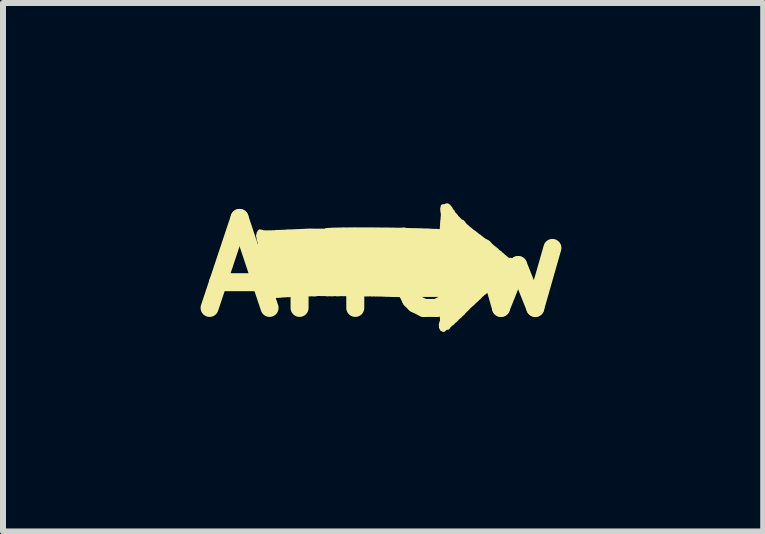
<source format=kicad_pcb>
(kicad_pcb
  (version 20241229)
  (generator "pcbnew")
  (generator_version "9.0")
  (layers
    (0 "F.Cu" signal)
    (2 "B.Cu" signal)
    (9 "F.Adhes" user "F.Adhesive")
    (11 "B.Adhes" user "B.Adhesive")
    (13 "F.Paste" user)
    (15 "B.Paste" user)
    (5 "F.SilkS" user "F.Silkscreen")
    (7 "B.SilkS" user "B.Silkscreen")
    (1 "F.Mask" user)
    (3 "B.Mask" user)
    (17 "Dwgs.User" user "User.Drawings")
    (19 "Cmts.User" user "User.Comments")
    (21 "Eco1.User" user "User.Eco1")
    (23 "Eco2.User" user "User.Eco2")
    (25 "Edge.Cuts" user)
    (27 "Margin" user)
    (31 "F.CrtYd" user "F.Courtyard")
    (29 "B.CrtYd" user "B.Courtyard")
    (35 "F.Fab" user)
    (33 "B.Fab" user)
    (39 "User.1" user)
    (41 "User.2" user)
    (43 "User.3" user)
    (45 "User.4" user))
  (footprint "Arrow"
    (layer "F.Cu")
    (at 3.336 1.404)
    (property "Reference" "Arrow" (at 0 0 0) (layer "F.SilkS") (effects (font (size 1.5 1.5) (thickness 0.3))))
    (attr board_only exclude_from_pos_files exclude_from_bom)
    (fp_poly (pts (xy -1.611 0.504) (xy -1.612 0.505) (xy -1.612 0.504) (xy -1.612 0.504)) (stroke (width 0) (type solid)) (fill yes) (layer "F.SilkS"))
    (fp_poly (pts (xy -1.606 0.504) (xy -1.607 0.505) (xy -1.607 0.504) (xy -1.607 0.504)) (stroke (width 0) (type solid)) (fill yes) (layer "F.SilkS"))
    (fp_poly (pts (xy -1.547 0.502) (xy -1.548 0.502) (xy -1.548 0.502) (xy -1.548 0.501)) (stroke (width 0) (type solid)) (fill yes) (layer "F.SilkS"))
    (fp_poly (pts (xy -1.214 0.486) (xy -1.214 0.486) (xy -1.215 0.486) (xy -1.214 0.485)) (stroke (width 0) (type solid)) (fill yes) (layer "F.SilkS"))
    (fp_poly (pts (xy -0.863 -0.661) (xy -0.864 -0.66) (xy -0.864 -0.661) (xy -0.864 -0.662)) (stroke (width 0) (type solid)) (fill yes) (layer "F.SilkS"))
    (fp_poly (pts (xy -0.658 0.486) (xy -0.659 0.486) (xy -0.659 0.486) (xy -0.659 0.485)) (stroke (width 0) (type solid)) (fill yes) (layer "F.SilkS"))
    (fp_poly (pts (xy -0.589 0.488) (xy -0.59 0.489) (xy -0.59 0.488) (xy -0.59 0.488)) (stroke (width 0) (type solid)) (fill yes) (layer "F.SilkS"))
    (fp_poly (pts (xy -0.547 0.493) (xy -0.548 0.494) (xy -0.548 0.493) (xy -0.548 0.493)) (stroke (width 0) (type solid)) (fill yes) (layer "F.SilkS"))
    (fp_poly (pts (xy -0.528 0.498) (xy -0.529 0.499) (xy -0.53 0.498) (xy -0.529 0.498)) (stroke (width 0) (type solid)) (fill yes) (layer "F.SilkS"))
    (fp_poly (pts (xy -0.342 0.502) (xy -0.343 0.502) (xy -0.343 0.502) (xy -0.343 0.501)) (stroke (width 0) (type solid)) (fill yes) (layer "F.SilkS"))
    (fp_poly (pts (xy 0.268 0.501) (xy 0.267 0.501) (xy 0.267 0.501) (xy 0.267 0.5)) (stroke (width 0) (type solid)) (fill yes) (layer "F.SilkS"))
    (fp_poly (pts (xy 0.77 -0.651) (xy 0.77 -0.651) (xy 0.769 -0.651) (xy 0.77 -0.652)) (stroke (width 0) (type solid)) (fill yes) (layer "F.SilkS"))
    (fp_poly (pts (xy 1.625 -0.543) (xy 1.624 -0.542) (xy 1.623 -0.543) (xy 1.624 -0.543)) (stroke (width 0) (type solid)) (fill yes) (layer "F.SilkS"))
    (fp_poly (pts (xy 1.774 0.408) (xy 1.773 0.409) (xy 1.773 0.408) (xy 1.773 0.407)) (stroke (width 0) (type solid)) (fill yes) (layer "F.SilkS"))
    (fp_poly (pts (xy 2.004 0.222) (xy 2.003 0.222) (xy 2.002 0.222) (xy 2.003 0.221)) (stroke (width 0) (type solid)) (fill yes) (layer "F.SilkS"))
    (fp_poly (pts (xy -1.72 -0.625) (xy -1.72 -0.625) (xy -1.722 -0.625) (xy -1.723 -0.625) (xy -1.722 -0.626) (xy -1.721 -0.626)) (stroke (width 0) (type solid)) (fill yes) (layer "F.SilkS"))
    (fp_poly (pts (xy -1.668 0.513) (xy -1.669 0.513) (xy -1.67 0.513) (xy -1.671 0.513) (xy -1.671 0.513) (xy -1.669 0.513)) (stroke (width 0) (type solid)) (fill yes) (layer "F.SilkS"))
    (fp_poly (pts (xy -1.647 0.514) (xy -1.647 0.515) (xy -1.648 0.515) (xy -1.649 0.514) (xy -1.649 0.514) (xy -1.648 0.514)) (stroke (width 0) (type solid)) (fill yes) (layer "F.SilkS"))
    (fp_poly (pts (xy -1.645 0.508) (xy -1.645 0.509) (xy -1.646 0.509) (xy -1.647 0.508) (xy -1.647 0.508) (xy -1.645 0.508)) (stroke (width 0) (type solid)) (fill yes) (layer "F.SilkS"))
    (fp_poly (pts (xy -1.644 0.52) (xy -1.644 0.521) (xy -1.644 0.521) (xy -1.645 0.521) (xy -1.645 0.52) (xy -1.644 0.52)) (stroke (width 0) (type solid)) (fill yes) (layer "F.SilkS"))
    (fp_poly (pts (xy -1.436 0.494) (xy -1.437 0.495) (xy -1.438 0.495) (xy -1.439 0.495) (xy -1.439 0.494) (xy -1.437 0.494)) (stroke (width 0) (type solid)) (fill yes) (layer "F.SilkS"))
    (fp_poly (pts (xy -1.421 0.504) (xy -1.421 0.506) (xy -1.421 0.506) (xy -1.422 0.506) (xy -1.422 0.505) (xy -1.422 0.504)) (stroke (width 0) (type solid)) (fill yes) (layer "F.SilkS"))
    (fp_poly (pts (xy -1.418 0.508) (xy -1.418 0.508) (xy -1.419 0.509) (xy -1.421 0.508) (xy -1.42 0.508) (xy -1.418 0.508)) (stroke (width 0) (type solid)) (fill yes) (layer "F.SilkS"))
    (fp_poly (pts (xy -1.309 0.492) (xy -1.309 0.493) (xy -1.31 0.493) (xy -1.311 0.492) (xy -1.311 0.492) (xy -1.309 0.492)) (stroke (width 0) (type solid)) (fill yes) (layer "F.SilkS"))
    (fp_poly (pts (xy -0.881 0.488) (xy -0.881 0.489) (xy -0.882 0.489) (xy -0.884 0.488) (xy -0.883 0.488) (xy -0.881 0.488)) (stroke (width 0) (type solid)) (fill yes) (layer "F.SilkS"))
    (fp_poly (pts (xy -0.67 0.484) (xy -0.67 0.485) (xy -0.67 0.485) (xy -0.671 0.485) (xy -0.671 0.484) (xy -0.67 0.484)) (stroke (width 0) (type solid)) (fill yes) (layer "F.SilkS"))
    (fp_poly (pts (xy -0.665 -0.666) (xy -0.665 -0.666) (xy -0.666 -0.666) (xy -0.667 -0.666) (xy -0.667 -0.666) (xy -0.665 -0.666)) (stroke (width 0) (type solid)) (fill yes) (layer "F.SilkS"))
    (fp_poly (pts (xy -0.524 0.5) (xy -0.524 0.501) (xy -0.525 0.501) (xy -0.526 0.501) (xy -0.526 0.5) (xy -0.524 0.5)) (stroke (width 0) (type solid)) (fill yes) (layer "F.SilkS"))
    (fp_poly (pts (xy -0.477 0.487) (xy -0.477 0.488) (xy -0.478 0.488) (xy -0.479 0.487) (xy -0.479 0.487) (xy -0.477 0.487)) (stroke (width 0) (type solid)) (fill yes) (layer "F.SilkS"))
    (fp_poly (pts (xy -0.399 0.487) (xy -0.399 0.487) (xy -0.401 0.488) (xy -0.402 0.487) (xy -0.401 0.487) (xy -0.4 0.487)) (stroke (width 0) (type solid)) (fill yes) (layer "F.SilkS"))
    (fp_poly (pts (xy -0.341 0.499) (xy -0.341 0.5) (xy -0.343 0.5) (xy -0.344 0.5) (xy -0.343 0.499) (xy -0.342 0.499)) (stroke (width 0) (type solid)) (fill yes) (layer "F.SilkS"))
    (fp_poly (pts (xy -0.03 0.494) (xy -0.03 0.495) (xy -0.031 0.495) (xy -0.032 0.495) (xy -0.032 0.494) (xy -0.03 0.494)) (stroke (width 0) (type solid)) (fill yes) (layer "F.SilkS"))
    (fp_poly (pts (xy -0.03 0.497) (xy -0.03 0.497) (xy -0.031 0.498) (xy -0.032 0.497) (xy -0.032 0.497) (xy -0.03 0.497)) (stroke (width 0) (type solid)) (fill yes) (layer "F.SilkS"))
    (fp_poly (pts (xy 0.01 0.496) (xy 0.009 0.496) (xy 0.008 0.496) (xy 0.007 0.496) (xy 0.007 0.495) (xy 0.009 0.495)) (stroke (width 0) (type solid)) (fill yes) (layer "F.SilkS"))
    (fp_poly (pts (xy 0.031 0.497) (xy 0.03 0.497) (xy 0.029 0.497) (xy 0.028 0.497) (xy 0.028 0.497) (xy 0.03 0.497)) (stroke (width 0) (type solid)) (fill yes) (layer "F.SilkS"))
    (fp_poly (pts (xy 0.11 0.495) (xy 0.11 0.496) (xy 0.109 0.496) (xy 0.107 0.496) (xy 0.107 0.495) (xy 0.11 0.495)) (stroke (width 0) (type solid)) (fill yes) (layer "F.SilkS"))
    (fp_poly (pts (xy 0.133 0.498) (xy 0.133 0.499) (xy 0.132 0.499) (xy 0.131 0.498) (xy 0.131 0.498) (xy 0.133 0.498)) (stroke (width 0) (type solid)) (fill yes) (layer "F.SilkS"))
    (fp_poly (pts (xy 0.138 0.504) (xy 0.138 0.505) (xy 0.137 0.505) (xy 0.136 0.504) (xy 0.136 0.504) (xy 0.138 0.504)) (stroke (width 0) (type solid)) (fill yes) (layer "F.SilkS"))
    (fp_poly (pts (xy 0.152 0.497) (xy 0.151 0.497) (xy 0.15 0.497) (xy 0.149 0.497) (xy 0.149 0.497) (xy 0.151 0.497)) (stroke (width 0) (type solid)) (fill yes) (layer "F.SilkS"))
    (fp_poly (pts (xy 0.929 -0.641) (xy 0.929 -0.641) (xy 0.928 -0.641) (xy 0.926 -0.641) (xy 0.927 -0.642) (xy 0.929 -0.642)) (stroke (width 0) (type solid)) (fill yes) (layer "F.SilkS"))
    (fp_poly (pts (xy 1.498 0.65) (xy 1.498 0.651) (xy 1.498 0.651) (xy 1.497 0.65) (xy 1.497 0.65) (xy 1.498 0.65)) (stroke (width 0) (type solid)) (fill yes) (layer "F.SilkS"))
    (fp_poly (pts (xy 1.65 0.502) (xy 1.65 0.503) (xy 1.65 0.503) (xy 1.649 0.503) (xy 1.649 0.502) (xy 1.65 0.501)) (stroke (width 0) (type solid)) (fill yes) (layer "F.SilkS"))
    (fp_poly (pts (xy 1.679 0.483) (xy 1.678 0.484) (xy 1.678 0.484) (xy 1.677 0.483) (xy 1.677 0.483) (xy 1.678 0.483)) (stroke (width 0) (type solid)) (fill yes) (layer "F.SilkS"))
    (fp_poly (pts (xy 1.733 0.437) (xy 1.733 0.438) (xy 1.732 0.438) (xy 1.731 0.438) (xy 1.731 0.437) (xy 1.733 0.437)) (stroke (width 0) (type solid)) (fill yes) (layer "F.SilkS"))
    (fp_poly (pts (xy 1.813 0.386) (xy 1.813 0.386) (xy 1.812 0.386) (xy 1.81 0.386) (xy 1.811 0.386) (xy 1.813 0.385)) (stroke (width 0) (type solid)) (fill yes) (layer "F.SilkS"))
    (fp_poly (pts (xy 1.842 0.357) (xy 1.842 0.359) (xy 1.842 0.359) (xy 1.841 0.359) (xy 1.841 0.358) (xy 1.841 0.357)) (stroke (width 0) (type solid)) (fill yes) (layer "F.SilkS"))
    (fp_poly (pts (xy 1.982 0.247) (xy 1.982 0.248) (xy 1.98 0.248) (xy 1.978 0.248) (xy 1.979 0.247) (xy 1.981 0.247)) (stroke (width 0) (type solid)) (fill yes) (layer "F.SilkS"))
    (fp_poly (pts (xy 1.755 0.428) (xy 1.757 0.429) (xy 1.756 0.431) (xy 1.755 0.431) (xy 1.753 0.43) (xy 1.753 0.429) (xy 1.754 0.428)) (stroke (width 0) (type solid)) (fill yes) (layer "F.SilkS"))
    (fp_poly (pts (xy -2.09 -0.36) (xy -2.09 -0.359) (xy -2.091 -0.358) (xy -2.093 -0.358) (xy -2.094 -0.358) (xy -2.094 -0.359) (xy -2.093 -0.36) (xy -2.092 -0.36)) (stroke (width 0) (type solid)) (fill yes) (layer "F.SilkS"))
    (fp_poly (pts (xy -1.233 0.493) (xy -1.232 0.494) (xy -1.234 0.496) (xy -1.236 0.496) (xy -1.236 0.495) (xy -1.237 0.494) (xy -1.236 0.493) (xy -1.234 0.493)) (stroke (width 0) (type solid)) (fill yes) (layer "F.SilkS"))
    (fp_poly (pts (xy -1.21 0.492) (xy -1.21 0.493) (xy -1.211 0.495) (xy -1.213 0.495) (xy -1.214 0.494) (xy -1.215 0.492) (xy -1.213 0.491) (xy -1.212 0.491)) (stroke (width 0) (type solid)) (fill yes) (layer "F.SilkS"))
    (fp_poly (pts (xy -0.817 0.486) (xy -0.817 0.486) (xy -0.817 0.487) (xy -0.818 0.488) (xy -0.82 0.487) (xy -0.82 0.486) (xy -0.819 0.485) (xy -0.819 0.485)) (stroke (width 0) (type solid)) (fill yes) (layer "F.SilkS"))
    (fp_poly (pts (xy -0.795 0.486) (xy -0.795 0.486) (xy -0.796 0.488) (xy -0.796 0.488) (xy -0.797 0.487) (xy -0.798 0.486) (xy -0.797 0.485) (xy -0.796 0.485)) (stroke (width 0) (type solid)) (fill yes) (layer "F.SilkS"))
    (fp_poly (pts (xy -0.738 0.487) (xy -0.738 0.488) (xy -0.739 0.489) (xy -0.74 0.489) (xy -0.741 0.488) (xy -0.741 0.488) (xy -0.74 0.486) (xy -0.74 0.486)) (stroke (width 0) (type solid)) (fill yes) (layer "F.SilkS"))
    (fp_poly (pts (xy -0.305 0.495) (xy -0.305 0.497) (xy -0.306 0.498) (xy -0.306 0.499) (xy -0.308 0.498) (xy -0.308 0.496) (xy -0.307 0.494) (xy -0.306 0.494)) (stroke (width 0) (type solid)) (fill yes) (layer "F.SilkS"))
    (fp_poly (pts (xy 0.953 -1.001) (xy 0.953 -1) (xy 0.952 -0.999) (xy 0.952 -0.999) (xy 0.95 -1) (xy 0.95 -1) (xy 0.95 -1.001) (xy 0.951 -1.001)) (stroke (width 0) (type solid)) (fill yes) (layer "F.SilkS"))
    (fp_poly (pts (xy 1.072 1.059) (xy 1.072 1.059) (xy 1.071 1.06) (xy 1.07 1.06) (xy 1.069 1.06) (xy 1.069 1.059) (xy 1.07 1.058) (xy 1.07 1.058)) (stroke (width 0) (type solid)) (fill yes) (layer "F.SilkS"))
    (fp_poly (pts (xy -1.362 0.496) (xy -1.362 0.496) (xy -1.362 0.497) (xy -1.36 0.498) (xy -1.359 0.498) (xy -1.36 0.499) (xy -1.361 0.499) (xy -1.365 0.498) (xy -1.366 0.497) (xy -1.366 0.495) (xy -1.364 0.495)) (stroke (width 0) (type solid)) (fill yes) (layer "F.SilkS"))
    (fp_poly (pts (xy -1.348 0.493) (xy -1.347 0.494) (xy -1.348 0.496) (xy -1.349 0.496) (xy -1.351 0.496) (xy -1.351 0.495) (xy -1.352 0.494) (xy -1.352 0.493) (xy -1.352 0.493) (xy -1.35 0.493) (xy -1.35 0.493)) (stroke (width 0) (type solid)) (fill yes) (layer "F.SilkS"))
    (fp_poly (pts (xy -0.827 0.484) (xy -0.827 0.485) (xy -0.827 0.487) (xy -0.829 0.489) (xy -0.831 0.491) (xy -0.833 0.491) (xy -0.833 0.491) (xy -0.834 0.491) (xy -0.834 0.491) (xy -0.833 0.489) (xy -0.833 0.489) (xy -0.832 0.488) (xy -0.832 0.488) (xy -0.83 0.487) (xy -0.83 0.486) (xy -0.829 0.484)) (stroke (width 0) (type solid)) (fill yes) (layer "F.SilkS"))
    (fp_poly (pts (xy 1.07 -1.066) (xy 1.073 -1.065) (xy 1.074 -1.065) (xy 1.077 -1.064) (xy 1.081 -1.062) (xy 1.086 -1.06) (xy 1.091 -1.059) (xy 1.092 -1.059) (xy 1.096 -1.057) (xy 1.101 -1.053) (xy 1.102 -1.052) (xy 1.105 -1.049) (xy 1.108 -1.046) (xy 1.109 -1.046) (xy 1.111 -1.045) (xy 1.114 -1.043) (xy 1.117 -1.04) (xy 1.119 -1.038) (xy 1.12 -1.036) (xy 1.12 -1.036) (xy 1.121 -1.035) (xy 1.123 -1.031) (xy 1.127 -1.027) (xy 1.132 -1.022) (xy 1.138 -1.015) (xy 1.138 -1.015) (xy 1.142 -1.011) (xy 1.145 -1.007) (xy 1.146 -1.005) (xy 1.146 -1.004) (xy 1.147 -1.002) (xy 1.148 -1) (xy 1.151 -0.997) (xy 1.153 -0.996) (xy 1.153 -0.996) (xy 1.154 -0.995) (xy 1.154 -0.994) (xy 1.155 -0.991) (xy 1.156 -0.99) (xy 1.157 -0.987) (xy 1.158 -0.983) (xy 1.159 -0.982) (xy 1.16 -0.978) (xy 1.162 -0.975) (xy 1.162 -0.974) (xy 1.164 -0.971) (xy 1.166 -0.969) (xy 1.166 -0.969) (xy 1.167 -0.968) (xy 1.169 -0.965) (xy 1.172 -0.961) (xy 1.176 -0.957) (xy 1.18 -0.954) (xy 1.183 -0.95) (xy 1.186 -0.948) (xy 1.188 -0.947) (xy 1.188 -0.947) (xy 1.189 -0.946) (xy 1.19 -0.943) (xy 1.191 -0.94) (xy 1.192 -0.937) (xy 1.192 -0.935) (xy 1.192 -0.933) (xy 1.192 -0.932) (xy 1.193 -0.931) (xy 1.195 -0.929) (xy 1.196 -0.926) (xy 1.199 -0.923) (xy 1.201 -0.919) (xy 1.202 -0.918) (xy 1.204 -0.916) (xy 1.205 -0.913) (xy 1.206 -0.911) (xy 1.208 -0.909) (xy 1.209 -0.908) (xy 1.212 -0.906) (xy 1.213 -0.904) (xy 1.214 -0.903) (xy 1.214 -0.902) (xy 1.217 -0.899) (xy 1.22 -0.897) (xy 1.227 -0.891) (xy 1.231 -0.887) (xy 1.234 -0.883) (xy 1.235 -0.882) (xy 1.235 -0.879) (xy 1.237 -0.876) (xy 1.24 -0.874) (xy 1.242 -0.873) (xy 1.242 -0.873) (xy 1.244 -0.872) (xy 1.246 -0.87) (xy 1.246 -0.87) (xy 1.248 -0.868) (xy 1.248 -0.865) (xy 1.248 -0.864) (xy 1.247 -0.862) (xy 1.248 -0.86) (xy 1.249 -0.858) (xy 1.252 -0.854) (xy 1.252 -0.854) (xy 1.257 -0.85) (xy 1.261 -0.846) (xy 1.263 -0.845) (xy 1.266 -0.844) (xy 1.268 -0.842) (xy 1.268 -0.842) (xy 1.269 -0.84) (xy 1.271 -0.838) (xy 1.274 -0.836) (xy 1.277 -0.833) (xy 1.277 -0.832) (xy 1.28 -0.83) (xy 1.282 -0.829) (xy 1.282 -0.829) (xy 1.284 -0.829) (xy 1.284 -0.826) (xy 1.284 -0.823) (xy 1.286 -0.821) (xy 1.289 -0.818) (xy 1.295 -0.814) (xy 1.298 -0.81) (xy 1.302 -0.806) (xy 1.302 -0.804) (xy 1.304 -0.802) (xy 1.306 -0.8) (xy 1.307 -0.8) (xy 1.309 -0.799) (xy 1.309 -0.798) (xy 1.311 -0.797) (xy 1.314 -0.796) (xy 1.315 -0.795) (xy 1.318 -0.795) (xy 1.319 -0.794) (xy 1.318 -0.794) (xy 1.318 -0.793) (xy 1.319 -0.792) (xy 1.321 -0.792) (xy 1.323 -0.792) (xy 1.326 -0.792) (xy 1.327 -0.791) (xy 1.33 -0.789) (xy 1.331 -0.789) (xy 1.334 -0.788) (xy 1.337 -0.786) (xy 1.338 -0.785) (xy 1.341 -0.783) (xy 1.344 -0.782) (xy 1.345 -0.781) (xy 1.347 -0.781) (xy 1.347 -0.779) (xy 1.347 -0.779) (xy 1.348 -0.777) (xy 1.35 -0.774) (xy 1.352 -0.771) (xy 1.355 -0.77) (xy 1.357 -0.769) (xy 1.357 -0.768) (xy 1.358 -0.766) (xy 1.36 -0.764) (xy 1.363 -0.762) (xy 1.364 -0.762) (xy 1.365 -0.761) (xy 1.367 -0.758) (xy 1.369 -0.755) (xy 1.371 -0.751) (xy 1.372 -0.749) (xy 1.372 -0.748) (xy 1.373 -0.745) (xy 1.376 -0.742) (xy 1.379 -0.739) (xy 1.379 -0.739) (xy 1.381 -0.736) (xy 1.381 -0.735) (xy 1.382 -0.733) (xy 1.384 -0.731) (xy 1.387 -0.729) (xy 1.389 -0.727) (xy 1.39 -0.727) (xy 1.391 -0.726) (xy 1.391 -0.725) (xy 1.391 -0.722) (xy 1.394 -0.719) (xy 1.397 -0.716) (xy 1.401 -0.713) (xy 1.405 -0.71) (xy 1.407 -0.71) (xy 1.411 -0.708) (xy 1.412 -0.707) (xy 1.412 -0.705) (xy 1.413 -0.704) (xy 1.414 -0.704) (xy 1.416 -0.703) (xy 1.416 -0.702) (xy 1.418 -0.701) (xy 1.421 -0.7) (xy 1.421 -0.7) (xy 1.424 -0.698) (xy 1.425 -0.697) (xy 1.426 -0.695) (xy 1.428 -0.692) (xy 1.431 -0.688) (xy 1.434 -0.685) (xy 1.437 -0.681) (xy 1.44 -0.679) (xy 1.442 -0.678) (xy 1.442 -0.678) (xy 1.443 -0.677) (xy 1.443 -0.677) (xy 1.444 -0.675) (xy 1.445 -0.675) (xy 1.446 -0.675) (xy 1.449 -0.673) (xy 1.451 -0.671) (xy 1.456 -0.667) (xy 1.46 -0.664) (xy 1.464 -0.661) (xy 1.466 -0.66) (xy 1.466 -0.66) (xy 1.468 -0.66) (xy 1.47 -0.657) (xy 1.471 -0.656) (xy 1.474 -0.654) (xy 1.476 -0.652) (xy 1.477 -0.652) (xy 1.478 -0.651) (xy 1.479 -0.649) (xy 1.481 -0.646) (xy 1.482 -0.646) (xy 1.485 -0.645) (xy 1.487 -0.643) (xy 1.49 -0.64) (xy 1.492 -0.639) (xy 1.493 -0.637) (xy 1.496 -0.635) (xy 1.5 -0.632) (xy 1.505 -0.628) (xy 1.508 -0.625) (xy 1.511 -0.623) (xy 1.513 -0.621) (xy 1.515 -0.62) (xy 1.516 -0.619) (xy 1.52 -0.617) (xy 1.524 -0.615) (xy 1.525 -0.614) (xy 1.528 -0.611) (xy 1.531 -0.61) (xy 1.532 -0.61) (xy 1.534 -0.609) (xy 1.534 -0.608) (xy 1.535 -0.606) (xy 1.539 -0.604) (xy 1.54 -0.603) (xy 1.543 -0.601) (xy 1.546 -0.599) (xy 1.547 -0.598) (xy 1.549 -0.596) (xy 1.552 -0.593) (xy 1.556 -0.59) (xy 1.561 -0.586) (xy 1.565 -0.583) (xy 1.568 -0.582) (xy 1.568 -0.582) (xy 1.571 -0.579) (xy 1.574 -0.576) (xy 1.578 -0.573) (xy 1.58 -0.57) (xy 1.581 -0.569) (xy 1.584 -0.566) (xy 1.588 -0.564) (xy 1.589 -0.563) (xy 1.593 -0.56) (xy 1.596 -0.558) (xy 1.597 -0.557) (xy 1.598 -0.557) (xy 1.599 -0.555) (xy 1.601 -0.554) (xy 1.601 -0.554) (xy 1.604 -0.553) (xy 1.605 -0.552) (xy 1.605 -0.552) (xy 1.606 -0.551) (xy 1.609 -0.55) (xy 1.61 -0.549) (xy 1.613 -0.548) (xy 1.615 -0.546) (xy 1.616 -0.546) (xy 1.617 -0.543) (xy 1.62 -0.541) (xy 1.622 -0.54) (xy 1.623 -0.54) (xy 1.625 -0.54) (xy 1.627 -0.538) (xy 1.629 -0.536) (xy 1.631 -0.534) (xy 1.631 -0.533) (xy 1.632 -0.532) (xy 1.633 -0.532) (xy 1.635 -0.531) (xy 1.635 -0.53) (xy 1.637 -0.529) (xy 1.639 -0.527) (xy 1.641 -0.526) (xy 1.642 -0.524) (xy 1.643 -0.522) (xy 1.645 -0.522) (xy 1.649 -0.52) (xy 1.653 -0.516) (xy 1.657 -0.513) (xy 1.659 -0.511) (xy 1.662 -0.508) (xy 1.666 -0.505) (xy 1.666 -0.505) (xy 1.669 -0.503) (xy 1.673 -0.5) (xy 1.674 -0.499) (xy 1.677 -0.497) (xy 1.679 -0.495) (xy 1.68 -0.495) (xy 1.682 -0.494) (xy 1.682 -0.493) (xy 1.684 -0.492) (xy 1.687 -0.489) (xy 1.69 -0.487) (xy 1.693 -0.485) (xy 1.695 -0.484) (xy 1.695 -0.484) (xy 1.696 -0.483) (xy 1.699 -0.481) (xy 1.7 -0.48) (xy 1.704 -0.476) (xy 1.708 -0.474) (xy 1.712 -0.473) (xy 1.713 -0.471) (xy 1.714 -0.471) (xy 1.714 -0.469) (xy 1.715 -0.469) (xy 1.716 -0.468) (xy 1.716 -0.467) (xy 1.717 -0.466) (xy 1.72 -0.464) (xy 1.723 -0.462) (xy 1.726 -0.461) (xy 1.727 -0.461) (xy 1.729 -0.461) (xy 1.729 -0.46) (xy 1.73 -0.458) (xy 1.731 -0.456) (xy 1.735 -0.453) (xy 1.74 -0.449) (xy 1.744 -0.446) (xy 1.748 -0.443) (xy 1.749 -0.441) (xy 1.753 -0.438) (xy 1.757 -0.435) (xy 1.758 -0.435) (xy 1.761 -0.433) (xy 1.764 -0.431) (xy 1.764 -0.431) (xy 1.766 -0.429) (xy 1.769 -0.427) (xy 1.771 -0.426) (xy 1.774 -0.424) (xy 1.776 -0.422) (xy 1.777 -0.422) (xy 1.778 -0.42) (xy 1.78 -0.417) (xy 1.784 -0.414) (xy 1.788 -0.411) (xy 1.792 -0.409) (xy 1.795 -0.407) (xy 1.796 -0.407) (xy 1.798 -0.406) (xy 1.798 -0.405) (xy 1.799 -0.403) (xy 1.799 -0.403) (xy 1.8 -0.401) (xy 1.802 -0.4) (xy 1.803 -0.399) (xy 1.807 -0.397) (xy 1.813 -0.393) (xy 1.819 -0.388) (xy 1.825 -0.384) (xy 1.828 -0.381) (xy 1.834 -0.376) (xy 1.837 -0.372) (xy 1.84 -0.37) (xy 1.843 -0.368) (xy 1.845 -0.366) (xy 1.847 -0.365) (xy 1.85 -0.362) (xy 1.853 -0.36) (xy 1.854 -0.36) (xy 1.86 -0.354) (xy 1.865 -0.35) (xy 1.869 -0.346) (xy 1.873 -0.344) (xy 1.876 -0.341) (xy 1.877 -0.341) (xy 1.881 -0.338) (xy 1.883 -0.337) (xy 1.885 -0.336) (xy 1.885 -0.336) (xy 1.886 -0.335) (xy 1.888 -0.333) (xy 1.89 -0.331) (xy 1.894 -0.327) (xy 1.898 -0.324) (xy 1.9 -0.322) (xy 1.903 -0.32) (xy 1.907 -0.317) (xy 1.911 -0.313) (xy 1.912 -0.313) (xy 1.916 -0.31) (xy 1.919 -0.307) (xy 1.921 -0.306) (xy 1.921 -0.306) (xy 1.923 -0.305) (xy 1.923 -0.304) (xy 1.924 -0.301) (xy 1.926 -0.298) (xy 1.926 -0.298) (xy 1.929 -0.295) (xy 1.932 -0.291) (xy 1.932 -0.291) (xy 1.935 -0.288) (xy 1.94 -0.285) (xy 1.942 -0.284) (xy 1.945 -0.282) (xy 1.948 -0.28) (xy 1.949 -0.279) (xy 1.95 -0.278) (xy 1.951 -0.278) (xy 1.952 -0.277) (xy 1.955 -0.275) (xy 1.958 -0.273) (xy 1.962 -0.27) (xy 1.966 -0.268) (xy 1.967 -0.268) (xy 1.97 -0.268) (xy 1.97 -0.266) (xy 1.97 -0.266) (xy 1.97 -0.263) (xy 1.973 -0.261) (xy 1.975 -0.259) (xy 1.977 -0.258) (xy 1.977 -0.258) (xy 1.979 -0.257) (xy 1.981 -0.255) (xy 1.982 -0.253) (xy 1.982 -0.253) (xy 1.983 -0.251) (xy 1.985 -0.248) (xy 1.989 -0.245) (xy 1.994 -0.242) (xy 1.997 -0.24) (xy 2.001 -0.237) (xy 2.006 -0.233) (xy 2.012 -0.227) (xy 2.02 -0.219) (xy 2.026 -0.213) (xy 2.029 -0.21) (xy 2.033 -0.208) (xy 2.034 -0.207) (xy 2.037 -0.205) (xy 2.041 -0.202) (xy 2.044 -0.199) (xy 2.047 -0.196) (xy 2.051 -0.193) (xy 2.053 -0.192) (xy 2.055 -0.19) (xy 2.057 -0.188) (xy 2.057 -0.188) (xy 2.057 -0.187) (xy 2.058 -0.186) (xy 2.059 -0.186) (xy 2.062 -0.184) (xy 2.066 -0.181) (xy 2.071 -0.177) (xy 2.076 -0.173) (xy 2.08 -0.17) (xy 2.083 -0.167) (xy 2.085 -0.166) (xy 2.087 -0.164) (xy 2.089 -0.163) (xy 2.089 -0.163) (xy 2.09 -0.162) (xy 2.092 -0.16) (xy 2.095 -0.157) (xy 2.098 -0.155) (xy 2.1 -0.154) (xy 2.102 -0.154) (xy 2.103 -0.154) (xy 2.105 -0.155) (xy 2.109 -0.156) (xy 2.114 -0.157) (xy 2.119 -0.158) (xy 2.124 -0.158) (xy 2.125 -0.158) (xy 2.127 -0.158) (xy 2.13 -0.157) (xy 2.134 -0.156) (xy 2.139 -0.154) (xy 2.146 -0.152) (xy 2.15 -0.152) (xy 2.155 -0.151) (xy 2.16 -0.15) (xy 2.164 -0.148) (xy 2.167 -0.147) (xy 2.17 -0.146) (xy 2.171 -0.146) (xy 2.173 -0.145) (xy 2.176 -0.145) (xy 2.178 -0.144) (xy 2.182 -0.142) (xy 2.185 -0.141) (xy 2.189 -0.14) (xy 2.192 -0.139) (xy 2.193 -0.138) (xy 2.194 -0.137) (xy 2.194 -0.137) (xy 2.196 -0.136) (xy 2.198 -0.133) (xy 2.198 -0.133) (xy 2.2 -0.13) (xy 2.203 -0.127) (xy 2.205 -0.124) (xy 2.208 -0.122) (xy 2.209 -0.122) (xy 2.21 -0.121) (xy 2.21 -0.121) (xy 2.211 -0.119) (xy 2.213 -0.116) (xy 2.216 -0.114) (xy 2.219 -0.112) (xy 2.219 -0.112) (xy 2.221 -0.11) (xy 2.221 -0.109) (xy 2.222 -0.107) (xy 2.223 -0.104) (xy 2.224 -0.103) (xy 2.226 -0.1) (xy 2.227 -0.098) (xy 2.227 -0.097) (xy 2.227 -0.095) (xy 2.227 -0.095) (xy 2.228 -0.094) (xy 2.228 -0.094) (xy 2.228 -0.093) (xy 2.23 -0.09) (xy 2.231 -0.09) (xy 2.233 -0.087) (xy 2.234 -0.085) (xy 2.234 -0.085) (xy 2.234 -0.084) (xy 2.234 -0.084) (xy 2.236 -0.083) (xy 2.237 -0.081) (xy 2.238 -0.078) (xy 2.24 -0.074) (xy 2.242 -0.073) (xy 2.244 -0.07) (xy 2.245 -0.068) (xy 2.245 -0.068) (xy 2.245 -0.066) (xy 2.246 -0.063) (xy 2.248 -0.06) (xy 2.25 -0.056) (xy 2.251 -0.054) (xy 2.253 -0.052) (xy 2.254 -0.048) (xy 2.255 -0.044) (xy 2.255 -0.039) (xy 2.256 -0.035) (xy 2.256 -0.033) (xy 2.255 -0.032) (xy 2.255 -0.031) (xy 2.254 -0.027) (xy 2.254 -0.025) (xy 2.253 -0.02) (xy 2.253 -0.015) (xy 2.252 -0.012) (xy 2.252 -0.007) (xy 2.251 -0.003) (xy 2.25 -0.002) (xy 2.25 0.001) (xy 2.25 0.003) (xy 2.249 0.006) (xy 2.248 0.008) (xy 2.246 0.011) (xy 2.246 0.013) (xy 2.246 0.015) (xy 2.245 0.017) (xy 2.244 0.02) (xy 2.243 0.022) (xy 2.242 0.024) (xy 2.24 0.027) (xy 2.239 0.029) (xy 2.236 0.032) (xy 2.235 0.034) (xy 2.235 0.035) (xy 2.234 0.036) (xy 2.233 0.036) (xy 2.232 0.037) (xy 2.233 0.037) (xy 2.233 0.039) (xy 2.232 0.039) (xy 2.231 0.041) (xy 2.231 0.043) (xy 2.231 0.045) (xy 2.229 0.047) (xy 2.227 0.049) (xy 2.221 0.052) (xy 2.217 0.054) (xy 2.216 0.056) (xy 2.216 0.057) (xy 2.215 0.058) (xy 2.214 0.058) (xy 2.211 0.058) (xy 2.211 0.059) (xy 2.209 0.061) (xy 2.207 0.063) (xy 2.204 0.065) (xy 2.202 0.067) (xy 2.2 0.07) (xy 2.199 0.07) (xy 2.197 0.071) (xy 2.196 0.071) (xy 2.195 0.072) (xy 2.192 0.073) (xy 2.188 0.075) (xy 2.187 0.075) (xy 2.183 0.077) (xy 2.179 0.078) (xy 2.177 0.079) (xy 2.177 0.079) (xy 2.174 0.079) (xy 2.174 0.079) (xy 2.172 0.079) (xy 2.168 0.08) (xy 2.162 0.081) (xy 2.158 0.082) (xy 2.156 0.083) (xy 2.153 0.086) (xy 2.149 0.089) (xy 2.148 0.09) (xy 2.145 0.093) (xy 2.142 0.095) (xy 2.141 0.096) (xy 2.14 0.096) (xy 2.139 0.097) (xy 2.137 0.099) (xy 2.134 0.102) (xy 2.13 0.105) (xy 2.126 0.109) (xy 2.124 0.111) (xy 2.121 0.113) (xy 2.119 0.114) (xy 2.119 0.115) (xy 2.118 0.117) (xy 2.115 0.119) (xy 2.112 0.123) (xy 2.107 0.126) (xy 2.103 0.129) (xy 2.101 0.131) (xy 2.097 0.134) (xy 2.095 0.136) (xy 2.094 0.138) (xy 2.094 0.138) (xy 2.094 0.139) (xy 2.093 0.141) (xy 2.091 0.143) (xy 2.089 0.144) (xy 2.088 0.144) (xy 2.087 0.145) (xy 2.084 0.147) (xy 2.081 0.15) (xy 2.079 0.152) (xy 2.077 0.155) (xy 2.077 0.155) (xy 2.077 0.157) (xy 2.075 0.157) (xy 2.072 0.157) (xy 2.07 0.157) (xy 2.067 0.159) (xy 2.066 0.16) (xy 2.062 0.163) (xy 2.058 0.167) (xy 2.058 0.167) (xy 2.055 0.17) (xy 2.053 0.172) (xy 2.053 0.172) (xy 2.052 0.174) (xy 2.05 0.175) (xy 2.047 0.178) (xy 2.046 0.18) (xy 2.044 0.184) (xy 2.042 0.186) (xy 2.038 0.188) (xy 2.035 0.191) (xy 2.035 0.192) (xy 2.032 0.195) (xy 2.03 0.197) (xy 2.029 0.197) (xy 2.028 0.198) (xy 2.027 0.199) (xy 2.026 0.201) (xy 2.024 0.202) (xy 2.023 0.202) (xy 2.021 0.203) (xy 2.02 0.204) (xy 2.02 0.204) (xy 2.019 0.205) (xy 2.017 0.208) (xy 2.014 0.211) (xy 2.011 0.213) (xy 2.009 0.215) (xy 2.008 0.215) (xy 2.006 0.216) (xy 2.005 0.217) (xy 2.004 0.22) (xy 2.001 0.223) (xy 1.997 0.226) (xy 1.995 0.227) (xy 1.993 0.229) (xy 1.992 0.231) (xy 1.991 0.232) (xy 1.988 0.234) (xy 1.986 0.235) (xy 1.983 0.237) (xy 1.982 0.239) (xy 1.982 0.239) (xy 1.981 0.242) (xy 1.979 0.244) (xy 1.976 0.244) (xy 1.976 0.244) (xy 1.974 0.245) (xy 1.973 0.247) (xy 1.97 0.249) (xy 1.968 0.249) (xy 1.966 0.25) (xy 1.964 0.253) (xy 1.964 0.254) (xy 1.962 0.257) (xy 1.96 0.258) (xy 1.96 0.258) (xy 1.957 0.259) (xy 1.956 0.259) (xy 1.955 0.261) (xy 1.952 0.263) (xy 1.951 0.264) (xy 1.948 0.266) (xy 1.947 0.268) (xy 1.947 0.269) (xy 1.946 0.27) (xy 1.943 0.271) (xy 1.943 0.272) (xy 1.939 0.273) (xy 1.935 0.276) (xy 1.935 0.276) (xy 1.932 0.279) (xy 1.928 0.282) (xy 1.926 0.284) (xy 1.924 0.287) (xy 1.922 0.289) (xy 1.922 0.289) (xy 1.922 0.29) (xy 1.921 0.289) (xy 1.918 0.289) (xy 1.916 0.291) (xy 1.915 0.294) (xy 1.914 0.296) (xy 1.911 0.298) (xy 1.91 0.299) (xy 1.907 0.301) (xy 1.904 0.303) (xy 1.904 0.304) (xy 1.902 0.306) (xy 1.901 0.306) (xy 1.898 0.307) (xy 1.896 0.31) (xy 1.896 0.311) (xy 1.895 0.313) (xy 1.891 0.316) (xy 1.885 0.318) (xy 1.882 0.32) (xy 1.88 0.323) (xy 1.877 0.325) (xy 1.874 0.327) (xy 1.872 0.329) (xy 1.871 0.33) (xy 1.871 0.33) (xy 1.871 0.331) (xy 1.869 0.332) (xy 1.867 0.333) (xy 1.866 0.333) (xy 1.864 0.333) (xy 1.863 0.334) (xy 1.861 0.336) (xy 1.86 0.337) (xy 1.858 0.338) (xy 1.857 0.339) (xy 1.856 0.34) (xy 1.853 0.343) (xy 1.852 0.343) (xy 1.85 0.345) (xy 1.849 0.347) (xy 1.848 0.347) (xy 1.848 0.349) (xy 1.846 0.349) (xy 1.843 0.35) (xy 1.842 0.351) (xy 1.84 0.353) (xy 1.839 0.353) (xy 1.837 0.354) (xy 1.834 0.356) (xy 1.831 0.359) (xy 1.828 0.362) (xy 1.825 0.364) (xy 1.824 0.364) (xy 1.822 0.365) (xy 1.822 0.366) (xy 1.82 0.368) (xy 1.819 0.368) (xy 1.817 0.369) (xy 1.815 0.371) (xy 1.815 0.371) (xy 1.813 0.373) (xy 1.81 0.374) (xy 1.807 0.375) (xy 1.804 0.377) (xy 1.8 0.381) (xy 1.797 0.383) (xy 1.795 0.385) (xy 1.793 0.386) (xy 1.792 0.386) (xy 1.79 0.387) (xy 1.788 0.389) (xy 1.786 0.391) (xy 1.782 0.395) (xy 1.777 0.398) (xy 1.776 0.399) (xy 1.773 0.401) (xy 1.771 0.403) (xy 1.771 0.404) (xy 1.771 0.405) (xy 1.77 0.406) (xy 1.77 0.407) (xy 1.77 0.407) (xy 1.77 0.408) (xy 1.768 0.409) (xy 1.766 0.409) (xy 1.762 0.41) (xy 1.758 0.412) (xy 1.754 0.415) (xy 1.748 0.419) (xy 1.746 0.421) (xy 1.743 0.423) (xy 1.74 0.425) (xy 1.739 0.426) (xy 1.736 0.429) (xy 1.734 0.431) (xy 1.734 0.432) (xy 1.732 0.434) (xy 1.729 0.435) (xy 1.726 0.436) (xy 1.725 0.438) (xy 1.723 0.44) (xy 1.72 0.441) (xy 1.72 0.441) (xy 1.717 0.443) (xy 1.715 0.445) (xy 1.714 0.447) (xy 1.713 0.45) (xy 1.712 0.452) (xy 1.71 0.451) (xy 1.71 0.451) (xy 1.707 0.451) (xy 1.705 0.453) (xy 1.702 0.455) (xy 1.701 0.456) (xy 1.697 0.46) (xy 1.692 0.463) (xy 1.689 0.466) (xy 1.685 0.468) (xy 1.682 0.471) (xy 1.681 0.472) (xy 1.681 0.472) (xy 1.681 0.474) (xy 1.68 0.474) (xy 1.679 0.475) (xy 1.678 0.477) (xy 1.675 0.48) (xy 1.673 0.48) (xy 1.671 0.481) (xy 1.67 0.483) (xy 1.668 0.484) (xy 1.665 0.486) (xy 1.664 0.487) (xy 1.661 0.489) (xy 1.659 0.49) (xy 1.659 0.491) (xy 1.658 0.492) (xy 1.656 0.494) (xy 1.654 0.497) (xy 1.651 0.499) (xy 1.65 0.5) (xy 1.65 0.5) (xy 1.648 0.501) (xy 1.647 0.503) (xy 1.647 0.504) (xy 1.645 0.506) (xy 1.643 0.507) (xy 1.643 0.507) (xy 1.641 0.508) (xy 1.641 0.509) (xy 1.64 0.511) (xy 1.638 0.513) (xy 1.637 0.515) (xy 1.637 0.517) (xy 1.636 0.518) (xy 1.634 0.519) (xy 1.632 0.521) (xy 1.63 0.523) (xy 1.629 0.525) (xy 1.628 0.526) (xy 1.626 0.527) (xy 1.624 0.529) (xy 1.62 0.532) (xy 1.617 0.535) (xy 1.615 0.538) (xy 1.614 0.539) (xy 1.612 0.541) (xy 1.61 0.542) (xy 1.608 0.542) (xy 1.607 0.543) (xy 1.606 0.544) (xy 1.605 0.545) (xy 1.602 0.546) (xy 1.602 0.548) (xy 1.6 0.55) (xy 1.599 0.551) (xy 1.597 0.552) (xy 1.595 0.554) (xy 1.592 0.557) (xy 1.589 0.559) (xy 1.587 0.561) (xy 1.586 0.563) (xy 1.586 0.563) (xy 1.586 0.564) (xy 1.584 0.565) (xy 1.583 0.566) (xy 1.581 0.569) (xy 1.581 0.571) (xy 1.581 0.572) (xy 1.579 0.573) (xy 1.579 0.573) (xy 1.576 0.573) (xy 1.575 0.574) (xy 1.574 0.575) (xy 1.572 0.577) (xy 1.572 0.577) (xy 1.569 0.578) (xy 1.568 0.58) (xy 1.568 0.58) (xy 1.567 0.582) (xy 1.565 0.585) (xy 1.562 0.587) (xy 1.559 0.588) (xy 1.559 0.588) (xy 1.557 0.589) (xy 1.556 0.59) (xy 1.555 0.592) (xy 1.554 0.593) (xy 1.552 0.593) (xy 1.549 0.595) (xy 1.547 0.598) (xy 1.545 0.6) (xy 1.545 0.601) (xy 1.544 0.602) (xy 1.542 0.604) (xy 1.541 0.605) (xy 1.537 0.607) (xy 1.535 0.611) (xy 1.534 0.611) (xy 1.532 0.614) (xy 1.529 0.617) (xy 1.528 0.617) (xy 1.525 0.62) (xy 1.523 0.622) (xy 1.523 0.622) (xy 1.523 0.624) (xy 1.52 0.625) (xy 1.517 0.627) (xy 1.515 0.629) (xy 1.514 0.634) (xy 1.514 0.634) (xy 1.513 0.635) (xy 1.512 0.635) (xy 1.51 0.636) (xy 1.508 0.637) (xy 1.507 0.639) (xy 1.505 0.64) (xy 1.502 0.641) (xy 1.498 0.644) (xy 1.492 0.649) (xy 1.491 0.649) (xy 1.486 0.655) (xy 1.482 0.659) (xy 1.479 0.662) (xy 1.477 0.664) (xy 1.474 0.666) (xy 1.472 0.667) (xy 1.47 0.668) (xy 1.47 0.669) (xy 1.47 0.669) (xy 1.471 0.67) (xy 1.472 0.671) (xy 1.471 0.671) (xy 1.47 0.671) (xy 1.468 0.671) (xy 1.469 0.672) (xy 1.468 0.673) (xy 1.466 0.673) (xy 1.463 0.674) (xy 1.461 0.677) (xy 1.459 0.68) (xy 1.459 0.681) (xy 1.459 0.682) (xy 1.458 0.683) (xy 1.457 0.683) (xy 1.455 0.684) (xy 1.455 0.685) (xy 1.455 0.686) (xy 1.454 0.686) (xy 1.452 0.687) (xy 1.45 0.688) (xy 1.448 0.689) (xy 1.446 0.691) (xy 1.443 0.695) (xy 1.44 0.699) (xy 1.437 0.703) (xy 1.434 0.706) (xy 1.432 0.709) (xy 1.432 0.71) (xy 1.431 0.711) (xy 1.431 0.711) (xy 1.43 0.712) (xy 1.427 0.714) (xy 1.424 0.717) (xy 1.42 0.721) (xy 1.415 0.725) (xy 1.412 0.728) (xy 1.409 0.73) (xy 1.408 0.731) (xy 1.406 0.732) (xy 1.406 0.735) (xy 1.406 0.736) (xy 1.405 0.737) (xy 1.404 0.737) (xy 1.402 0.738) (xy 1.399 0.74) (xy 1.396 0.743) (xy 1.394 0.745) (xy 1.389 0.75) (xy 1.385 0.755) (xy 1.381 0.759) (xy 1.38 0.759) (xy 1.377 0.762) (xy 1.374 0.765) (xy 1.373 0.765) (xy 1.373 0.765) (xy 1.371 0.766) (xy 1.368 0.768) (xy 1.367 0.771) (xy 1.366 0.772) (xy 1.365 0.775) (xy 1.364 0.779) (xy 1.362 0.781) (xy 1.36 0.782) (xy 1.358 0.784) (xy 1.358 0.785) (xy 1.357 0.789) (xy 1.356 0.791) (xy 1.355 0.791) (xy 1.353 0.791) (xy 1.351 0.792) (xy 1.349 0.794) (xy 1.345 0.797) (xy 1.344 0.799) (xy 1.34 0.802) (xy 1.338 0.804) (xy 1.336 0.805) (xy 1.336 0.805) (xy 1.335 0.806) (xy 1.333 0.808) (xy 1.332 0.809) (xy 1.329 0.813) (xy 1.325 0.817) (xy 1.321 0.82) (xy 1.318 0.821) (xy 1.316 0.821) (xy 1.315 0.822) (xy 1.314 0.824) (xy 1.313 0.827) (xy 1.312 0.828) (xy 1.311 0.83) (xy 1.311 0.832) (xy 1.311 0.834) (xy 1.309 0.835) (xy 1.308 0.835) (xy 1.306 0.836) (xy 1.302 0.839) (xy 1.297 0.843) (xy 1.294 0.846) (xy 1.291 0.849) (xy 1.289 0.851) (xy 1.289 0.852) (xy 1.288 0.853) (xy 1.286 0.853) (xy 1.284 0.854) (xy 1.281 0.856) (xy 1.28 0.857) (xy 1.277 0.859) (xy 1.276 0.86) (xy 1.275 0.86) (xy 1.274 0.861) (xy 1.272 0.864) (xy 1.271 0.865) (xy 1.269 0.868) (xy 1.267 0.87) (xy 1.266 0.87) (xy 1.264 0.872) (xy 1.261 0.875) (xy 1.26 0.877) (xy 1.255 0.883) (xy 1.251 0.887) (xy 1.248 0.888) (xy 1.246 0.889) (xy 1.246 0.89) (xy 1.246 0.891) (xy 1.244 0.893) (xy 1.242 0.894) (xy 1.242 0.896) (xy 1.241 0.897) (xy 1.239 0.9) (xy 1.236 0.903) (xy 1.233 0.906) (xy 1.23 0.908) (xy 1.228 0.909) (xy 1.228 0.909) (xy 1.227 0.909) (xy 1.227 0.91) (xy 1.226 0.911) (xy 1.224 0.911) (xy 1.222 0.912) (xy 1.222 0.915) (xy 1.222 0.915) (xy 1.221 0.918) (xy 1.221 0.918) (xy 1.216 0.919) (xy 1.213 0.921) (xy 1.211 0.923) (xy 1.209 0.926) (xy 1.205 0.929) (xy 1.203 0.93) (xy 1.199 0.932) (xy 1.196 0.935) (xy 1.195 0.939) (xy 1.195 0.941) (xy 1.195 0.941) (xy 1.192 0.943) (xy 1.189 0.945) (xy 1.187 0.948) (xy 1.185 0.95) (xy 1.184 0.951) (xy 1.183 0.953) (xy 1.183 0.953) (xy 1.181 0.954) (xy 1.179 0.956) (xy 1.176 0.959) (xy 1.175 0.959) (xy 1.172 0.962) (xy 1.169 0.965) (xy 1.167 0.965) (xy 1.167 0.965) (xy 1.164 0.966) (xy 1.161 0.969) (xy 1.156 0.972) (xy 1.151 0.976) (xy 1.146 0.98) (xy 1.143 0.983) (xy 1.141 0.986) (xy 1.139 0.986) (xy 1.139 0.986) (xy 1.138 0.987) (xy 1.138 0.989) (xy 1.138 0.991) (xy 1.136 0.991) (xy 1.135 0.992) (xy 1.132 0.994) (xy 1.128 0.997) (xy 1.127 0.998) (xy 1.123 1.003) (xy 1.12 1.007) (xy 1.117 1.012) (xy 1.117 1.012) (xy 1.115 1.017) (xy 1.113 1.02) (xy 1.112 1.02) (xy 1.11 1.022) (xy 1.11 1.023) (xy 1.109 1.024) (xy 1.109 1.025) (xy 1.107 1.026) (xy 1.105 1.028) (xy 1.101 1.031) (xy 1.099 1.033) (xy 1.095 1.037) (xy 1.091 1.04) (xy 1.088 1.041) (xy 1.088 1.041) (xy 1.086 1.041) (xy 1.085 1.042) (xy 1.083 1.043) (xy 1.079 1.043) (xy 1.075 1.043) (xy 1.07 1.042) (xy 1.069 1.042) (xy 1.065 1.041) (xy 1.063 1.042) (xy 1.062 1.042) (xy 1.06 1.044) (xy 1.058 1.044) (xy 1.057 1.044) (xy 1.056 1.046) (xy 1.055 1.048) (xy 1.054 1.048) (xy 1.052 1.049) (xy 1.05 1.051) (xy 1.047 1.054) (xy 1.044 1.057) (xy 1.043 1.059) (xy 1.042 1.059) (xy 1.042 1.06) (xy 1.04 1.062) (xy 1.039 1.063) (xy 1.036 1.066) (xy 1.033 1.068) (xy 1.033 1.069) (xy 1.031 1.071) (xy 1.029 1.072) (xy 1.027 1.072) (xy 1.027 1.073) (xy 1.026 1.074) (xy 1.023 1.075) (xy 1.019 1.076) (xy 1.015 1.077) (xy 1.011 1.078) (xy 1.008 1.078) (xy 1.004 1.077) (xy 1.002 1.077) (xy 1.001 1.077) (xy 0.999 1.076) (xy 0.995 1.075) (xy 0.993 1.075) (xy 0.99 1.075) (xy 0.987 1.075) (xy 0.983 1.074) (xy 0.98 1.073) (xy 0.978 1.072) (xy 0.978 1.072) (xy 0.978 1.072) (xy 0.978 1.071) (xy 0.977 1.069) (xy 0.976 1.067) (xy 0.976 1.067) (xy 0.976 1.066) (xy 0.974 1.065) (xy 0.972 1.063) (xy 0.965 1.061) (xy 0.96 1.06) (xy 0.956 1.06) (xy 0.954 1.059) (xy 0.953 1.058) (xy 0.953 1.055) (xy 0.952 1.052) (xy 0.951 1.05) (xy 0.951 1.049) (xy 0.949 1.048) (xy 0.947 1.045) (xy 0.945 1.041) (xy 0.944 1.038) (xy 0.942 1.034) (xy 0.941 1.03) (xy 0.94 1.027) (xy 0.939 1.026) (xy 0.937 1.02) (xy 0.934 1.016) (xy 0.932 1.015) (xy 0.93 1.013) (xy 0.93 1.012) (xy 0.93 1.01) (xy 0.931 1.007) (xy 0.93 1.005) (xy 0.93 1.003) (xy 0.93 0.999) (xy 0.93 0.994) (xy 0.93 0.99) (xy 0.931 0.987) (xy 0.931 0.987) (xy 0.932 0.985) (xy 0.931 0.984) (xy 0.93 0.982) (xy 0.929 0.979) (xy 0.93 0.974) (xy 0.93 0.97) (xy 0.93 0.969) (xy 0.93 0.969) (xy 0.929 0.968) (xy 0.929 0.967) (xy 0.929 0.965) (xy 0.927 0.963) (xy 0.924 0.96) (xy 0.924 0.957) (xy 0.926 0.956) (xy 0.929 0.954) (xy 0.93 0.95) (xy 0.93 0.948) (xy 0.93 0.945) (xy 0.931 0.944) (xy 0.932 0.943) (xy 0.932 0.941) (xy 0.933 0.933) (xy 0.935 0.925) (xy 0.936 0.921) (xy 0.937 0.918) (xy 0.937 0.918) (xy 0.936 0.915) (xy 0.937 0.914) (xy 0.938 0.912) (xy 0.938 0.91) (xy 0.938 0.908) (xy 0.941 0.905) (xy 0.941 0.905) (xy 0.944 0.902) (xy 0.944 0.901) (xy 0.943 0.9) (xy 0.943 0.899) (xy 0.944 0.898) (xy 0.944 0.897) (xy 0.946 0.895) (xy 0.947 0.893) (xy 0.947 0.891) (xy 0.947 0.887) (xy 0.947 0.882) (xy 0.948 0.878) (xy 0.947 0.874) (xy 0.947 0.873) (xy 0.946 0.872) (xy 0.947 0.871) (xy 0.948 0.869) (xy 0.948 0.867) (xy 0.948 0.865) (xy 0.948 0.865) (xy 0.949 0.863) (xy 0.948 0.86) (xy 0.948 0.856) (xy 0.946 0.849) (xy 0.946 0.846) (xy 0.945 0.84) (xy 0.944 0.834) (xy 0.945 0.829) (xy 0.946 0.827) (xy 0.946 0.824) (xy 0.946 0.822) (xy 0.946 0.819) (xy 0.947 0.815) (xy 0.947 0.814) (xy 0.948 0.811) (xy 0.948 0.808) (xy 0.948 0.807) (xy 0.948 0.805) (xy 0.948 0.802) (xy 0.948 0.798) (xy 0.948 0.794) (xy 0.949 0.791) (xy 0.95 0.79) (xy 0.95 0.788) (xy 0.95 0.786) (xy 0.949 0.783) (xy 0.949 0.781) (xy 0.948 0.778) (xy 0.947 0.777) (xy 0.946 0.776) (xy 0.946 0.773) (xy 0.947 0.772) (xy 0.947 0.768) (xy 0.948 0.763) (xy 0.948 0.757) (xy 0.948 0.75) (xy 0.948 0.744) (xy 0.948 0.741) (xy 0.948 0.738) (xy 0.949 0.734) (xy 0.949 0.733) (xy 0.95 0.727) (xy 0.95 0.72) (xy 0.949 0.716) (xy 0.948 0.713) (xy 0.948 0.711) (xy 0.949 0.71) (xy 0.951 0.707) (xy 0.952 0.703) (xy 0.951 0.7) (xy 0.95 0.698) (xy 0.95 0.697) (xy 0.95 0.696) (xy 0.95 0.696) (xy 0.949 0.695) (xy 0.948 0.694) (xy 0.948 0.691) (xy 0.948 0.691) (xy 0.947 0.689) (xy 0.945 0.689) (xy 0.944 0.689) (xy 0.942 0.69) (xy 0.94 0.689) (xy 0.939 0.688) (xy 0.94 0.687) (xy 0.941 0.687) (xy 0.945 0.687) (xy 0.947 0.687) (xy 0.949 0.687) (xy 0.949 0.687) (xy 0.95 0.686) (xy 0.95 0.683) (xy 0.951 0.683) (xy 0.951 0.68) (xy 0.95 0.677) (xy 0.95 0.677) (xy 0.949 0.675) (xy 0.948 0.672) (xy 0.948 0.671) (xy 0.948 0.666) (xy 0.948 0.661) (xy 0.947 0.657) (xy 0.947 0.654) (xy 0.947 0.652) (xy 0.947 0.651) (xy 0.946 0.649) (xy 0.946 0.647) (xy 0.946 0.643) (xy 0.946 0.637) (xy 0.945 0.633) (xy 0.945 0.626) (xy 0.944 0.62) (xy 0.942 0.617) (xy 0.941 0.615) (xy 0.94 0.614) (xy 0.941 0.614) (xy 0.944 0.614) (xy 0.945 0.614) (xy 0.952 0.614) (xy 0.952 0.554) (xy 0.952 0.495) (xy 0.615 0.495) (xy 0.278 0.495) (xy 0.278 0.498) (xy 0.278 0.501) (xy 0.277 0.5) (xy 0.277 0.5) (xy 0.275 0.499) (xy 0.271 0.499) (xy 0.268 0.498) (xy 0.263 0.498) (xy 0.26 0.498) (xy 0.259 0.498) (xy 0.257 0.497) (xy 0.253 0.497) (xy 0.248 0.497) (xy 0.242 0.497) (xy 0.235 0.496) (xy 0.228 0.496) (xy 0.223 0.496) (xy 0.219 0.497) (xy 0.216 0.497) (xy 0.215 0.498) (xy 0.213 0.498) (xy 0.21 0.497) (xy 0.209 0.496) (xy 0.207 0.495) (xy 0.204 0.494) (xy 0.202 0.494) (xy 0.198 0.495) (xy 0.197 0.496) (xy 0.192 0.497) (xy 0.189 0.497) (xy 0.185 0.497) (xy 0.18 0.496) (xy 0.175 0.495) (xy 0.171 0.495) (xy 0.169 0.495) (xy 0.169 0.495) (xy 0.166 0.496) (xy 0.164 0.496) (xy 0.162 0.496) (xy 0.16 0.497) (xy 0.158 0.497) (xy 0.157 0.496) (xy 0.155 0.495) (xy 0.152 0.495) (xy 0.147 0.495) (xy 0.143 0.495) (xy 0.141 0.496) (xy 0.139 0.496) (xy 0.139 0.495) (xy 0.139 0.494) (xy 0.138 0.494) (xy 0.136 0.495) (xy 0.135 0.495) (xy 0.132 0.496) (xy 0.131 0.496) (xy 0.128 0.495) (xy 0.124 0.494) (xy 0.119 0.494) (xy 0.114 0.494) (xy 0.108 0.494) (xy 0.104 0.494) (xy 0.101 0.494) (xy 0.101 0.494) (xy 0.098 0.495) (xy 0.098 0.494) (xy 0.096 0.493) (xy 0.092 0.493) (xy 0.086 0.493) (xy 0.079 0.493) (xy 0.072 0.493) (xy 0.067 0.493) (xy 0.062 0.492) (xy 0.06 0.492) (xy 0.059 0.492) (xy 0.057 0.492) (xy 0.055 0.493) (xy 0.053 0.494) (xy 0.051 0.495) (xy 0.05 0.495) (xy 0.05 0.494) (xy 0.05 0.493) (xy 0.048 0.492) (xy 0.044 0.493) (xy 0.042 0.493) (xy 0.038 0.494) (xy 0.035 0.494) (xy 0.033 0.493) (xy 0.033 0.493) (xy 0.031 0.492) (xy 0.029 0.492) (xy 0.025 0.491) (xy 0.019 0.491) (xy 0.012 0.491) (xy 0.003 0.491) (xy -0.011 0.49) (xy -0.024 0.49) (xy -0.033 0.49) (xy -0.042 0.489) (xy -0.048 0.489) (xy -0.05 0.489) (xy -0.055 0.489) (xy -0.057 0.489) (xy -0.057 0.49) (xy -0.059 0.49) (xy -0.06 0.489) (xy -0.062 0.488) (xy -0.064 0.488) (xy -0.066 0.489) (xy -0.07 0.489) (xy -0.075 0.489) (xy -0.079 0.489) (xy -0.08 0.488) (xy -0.082 0.488) (xy -0.086 0.489) (xy -0.087 0.489) (xy -0.091 0.49) (xy -0.093 0.49) (xy -0.094 0.489) (xy -0.096 0.488) (xy -0.098 0.489) (xy -0.101 0.49) (xy -0.104 0.49) (xy -0.107 0.488) (xy -0.11 0.486) (xy -0.113 0.485) (xy -0.115 0.486) (xy -0.115 0.487) (xy -0.116 0.488) (xy -0.12 0.488) (xy -0.126 0.488) (xy -0.127 0.488) (xy -0.132 0.488) (xy -0.135 0.488) (xy -0.137 0.488) (xy -0.137 0.487) (xy -0.136 0.487) (xy -0.138 0.486) (xy -0.141 0.487) (xy -0.142 0.488) (xy -0.144 0.489) (xy -0.148 0.489) (xy -0.151 0.487) (xy -0.153 0.486) (xy -0.157 0.485) (xy -0.161 0.486) (xy -0.164 0.486) (xy -0.166 0.487) (xy -0.167 0.487) (xy -0.173 0.488) (xy -0.176 0.489) (xy -0.178 0.49) (xy -0.178 0.49) (xy -0.179 0.491) (xy -0.181 0.491) (xy -0.183 0.49) (xy -0.188 0.49) (xy -0.19 0.49) (xy -0.193 0.49) (xy -0.194 0.489) (xy -0.192 0.489) (xy -0.192 0.489) (xy -0.189 0.488) (xy -0.189 0.488) (xy -0.192 0.487) (xy -0.196 0.486) (xy -0.203 0.486) (xy -0.213 0.486) (xy -0.214 0.486) (xy -0.222 0.485) (xy -0.228 0.485) (xy -0.233 0.485) (xy -0.236 0.486) (xy -0.238 0.486) (xy -0.24 0.487) (xy -0.241 0.488) (xy -0.244 0.489) (xy -0.247 0.489) (xy -0.248 0.489) (xy -0.252 0.488) (xy -0.256 0.487) (xy -0.256 0.487) (xy -0.259 0.486) (xy -0.262 0.486) (xy -0.262 0.486) (xy -0.264 0.486) (xy -0.265 0.487) (xy -0.265 0.489) (xy -0.266 0.489) (xy -0.268 0.489) (xy -0.27 0.49) (xy -0.272 0.49) (xy -0.273 0.488) (xy -0.274 0.486) (xy -0.277 0.485) (xy -0.278 0.485) (xy -0.282 0.486) (xy -0.287 0.487) (xy -0.291 0.488) (xy -0.294 0.489) (xy -0.295 0.49) (xy -0.297 0.491) (xy -0.298 0.491) (xy -0.299 0.489) (xy -0.299 0.487) (xy -0.3 0.487) (xy -0.303 0.486) (xy -0.306 0.486) (xy -0.31 0.486) (xy -0.314 0.486) (xy -0.316 0.486) (xy -0.318 0.486) (xy -0.319 0.485) (xy -0.319 0.485) (xy -0.321 0.485) (xy -0.324 0.486) (xy -0.328 0.486) (xy -0.332 0.486) (xy -0.335 0.486) (xy -0.338 0.486) (xy -0.339 0.487) (xy -0.337 0.487) (xy -0.335 0.488) (xy -0.334 0.488) (xy -0.334 0.489) (xy -0.334 0.489) (xy -0.336 0.49) (xy -0.337 0.489) (xy -0.34 0.488) (xy -0.342 0.488) (xy -0.344 0.487) (xy -0.344 0.487) (xy -0.344 0.485) (xy -0.345 0.485) (xy -0.347 0.485) (xy -0.351 0.485) (xy -0.357 0.485) (xy -0.363 0.485) (xy -0.369 0.485) (xy -0.375 0.486) (xy -0.38 0.486) (xy -0.383 0.487) (xy -0.383 0.487) (xy -0.385 0.487) (xy -0.386 0.487) (xy -0.387 0.486) (xy -0.391 0.485) (xy -0.395 0.484) (xy -0.399 0.484) (xy -0.402 0.484) (xy -0.402 0.484) (xy -0.405 0.484) (xy -0.409 0.484) (xy -0.415 0.484) (xy -0.421 0.484) (xy -0.423 0.484) (xy -0.429 0.485) (xy -0.435 0.485) (xy -0.439 0.485) (xy -0.442 0.486) (xy -0.442 0.486) (xy -0.444 0.486) (xy -0.445 0.485) (xy -0.447 0.484) (xy -0.45 0.484) (xy -0.454 0.485) (xy -0.457 0.486) (xy -0.457 0.486) (xy -0.459 0.488) (xy -0.461 0.489) (xy -0.461 0.488) (xy -0.461 0.487) (xy -0.462 0.486) (xy -0.465 0.486) (xy -0.466 0.486) (xy -0.47 0.486) (xy -0.474 0.485) (xy -0.474 0.485) (xy -0.477 0.484) (xy -0.48 0.484) (xy -0.481 0.485) (xy -0.481 0.485) (xy -0.483 0.486) (xy -0.485 0.488) (xy -0.488 0.488) (xy -0.49 0.488) (xy -0.493 0.487) (xy -0.495 0.487) (xy -0.498 0.487) (xy -0.499 0.486) (xy -0.502 0.484) (xy -0.504 0.485) (xy -0.506 0.486) (xy -0.509 0.488) (xy -0.511 0.489) (xy -0.513 0.487) (xy -0.513 0.487) (xy -0.515 0.484) (xy -0.518 0.484) (xy -0.521 0.485) (xy -0.526 0.487) (xy -0.529 0.487) (xy -0.532 0.485) (xy -0.533 0.484) (xy -0.535 0.482) (xy -0.537 0.482) (xy -0.539 0.483) (xy -0.539 0.483) (xy -0.542 0.484) (xy -0.544 0.483) (xy -0.545 0.483) (xy -0.547 0.481) (xy -0.552 0.481) (xy -0.554 0.481) (xy -0.559 0.481) (xy -0.562 0.482) (xy -0.565 0.484) (xy -0.565 0.484) (xy -0.568 0.485) (xy -0.57 0.486) (xy -0.57 0.486) (xy -0.577 0.484) (xy -0.583 0.485) (xy -0.584 0.485) (xy -0.588 0.486) (xy -0.59 0.486) (xy -0.59 0.486) (xy -0.591 0.485) (xy -0.595 0.485) (xy -0.599 0.484) (xy -0.6 0.484) (xy -0.61 0.484) (xy -0.618 0.484) (xy -0.624 0.484) (xy -0.628 0.483) (xy -0.63 0.483) (xy -0.632 0.483) (xy -0.632 0.482) (xy -0.632 0.482) (xy -0.633 0.482) (xy -0.635 0.482) (xy -0.639 0.482) (xy -0.641 0.481) (xy -0.643 0.481) (xy -0.643 0.482) (xy -0.645 0.483) (xy -0.648 0.482) (xy -0.652 0.482) (xy -0.658 0.483) (xy -0.658 0.484) (xy -0.663 0.485) (xy -0.665 0.485) (xy -0.665 0.484) (xy -0.667 0.483) (xy -0.67 0.482) (xy -0.671 0.481) (xy -0.674 0.48) (xy -0.677 0.481) (xy -0.678 0.481) (xy -0.681 0.482) (xy -0.683 0.482) (xy -0.685 0.482) (xy -0.685 0.483) (xy -0.686 0.484) (xy -0.687 0.484) (xy -0.688 0.485) (xy -0.69 0.486) (xy -0.691 0.487) (xy -0.691 0.487) (xy -0.69 0.485) (xy -0.69 0.485) (xy -0.689 0.483) (xy -0.69 0.482) (xy -0.692 0.481) (xy -0.695 0.482) (xy -0.697 0.483) (xy -0.698 0.484) (xy -0.698 0.483) (xy -0.7 0.482) (xy -0.703 0.482) (xy -0.708 0.482) (xy -0.712 0.482) (xy -0.716 0.482) (xy -0.718 0.483) (xy -0.72 0.483) (xy -0.723 0.484) (xy -0.727 0.484) (xy -0.73 0.484) (xy -0.733 0.483) (xy -0.734 0.483) (xy -0.734 0.483) (xy -0.734 0.482) (xy -0.735 0.481) (xy -0.737 0.482) (xy -0.738 0.483) (xy -0.739 0.484) (xy -0.742 0.484) (xy -0.742 0.484) (xy -0.749 0.484) (xy -0.754 0.484) (xy -0.757 0.485) (xy -0.758 0.486) (xy -0.759 0.487) (xy -0.76 0.487) (xy -0.763 0.486) (xy -0.766 0.486) (xy -0.769 0.486) (xy -0.774 0.485) (xy -0.779 0.484) (xy -0.783 0.483) (xy -0.786 0.482) (xy -0.786 0.482) (xy -0.787 0.48) (xy -0.789 0.48) (xy -0.79 0.481) (xy -0.79 0.481) (xy -0.791 0.482) (xy -0.793 0.483) (xy -0.796 0.482) (xy -0.796 0.481) (xy -0.797 0.481) (xy -0.798 0.481) (xy -0.799 0.483) (xy -0.8 0.482) (xy -0.801 0.481) (xy -0.803 0.481) (xy -0.807 0.482) (xy -0.812 0.483) (xy -0.816 0.483) (xy -0.819 0.483) (xy -0.823 0.482) (xy -0.825 0.482) (xy -0.826 0.482) (xy -0.828 0.482) (xy -0.831 0.483) (xy -0.836 0.483) (xy -0.837 0.483) (xy -0.843 0.484) (xy -0.846 0.484) (xy -0.848 0.485) (xy -0.849 0.486) (xy -0.851 0.487) (xy -0.853 0.487) (xy -0.854 0.486) (xy -0.855 0.484) (xy -0.857 0.485) (xy -0.858 0.485) (xy -0.86 0.486) (xy -0.863 0.485) (xy -0.865 0.485) (xy -0.868 0.483) (xy -0.87 0.482) (xy -0.87 0.482) (xy -0.873 0.482) (xy -0.876 0.484) (xy -0.877 0.486) (xy -0.877 0.487) (xy -0.879 0.487) (xy -0.882 0.486) (xy -0.884 0.486) (xy -0.887 0.485) (xy -0.888 0.483) (xy -0.889 0.482) (xy -0.891 0.482) (xy -0.895 0.481) (xy -0.899 0.482) (xy -0.902 0.482) (xy -0.904 0.483) (xy -0.906 0.484) (xy -0.909 0.484) (xy -0.911 0.484) (xy -0.912 0.485) (xy -0.911 0.485) (xy -0.91 0.486) (xy -0.912 0.487) (xy -0.914 0.488) (xy -0.916 0.487) (xy -0.916 0.487) (xy -0.916 0.485) (xy -0.917 0.484) (xy -0.919 0.483) (xy -0.92 0.484) (xy -0.921 0.485) (xy -0.922 0.486) (xy -0.924 0.486) (xy -0.926 0.485) (xy -0.929 0.484) (xy -0.933 0.484) (xy -0.937 0.484) (xy -0.94 0.485) (xy -0.942 0.486) (xy -0.943 0.487) (xy -0.944 0.486) (xy -0.945 0.484) (xy -0.949 0.484) (xy -0.952 0.484) (xy -0.953 0.483) (xy -0.953 0.482) (xy -0.954 0.482) (xy -0.956 0.482) (xy -0.959 0.482) (xy -0.963 0.481) (xy -0.969 0.481) (xy -0.976 0.481) (xy -0.986 0.481) (xy -0.997 0.481) (xy -1.011 0.481) (xy -1.026 0.481) (xy -1.031 0.481) (xy -1.046 0.48) (xy -1.06 0.48) (xy -1.071 0.48) (xy -1.08 0.48) (xy -1.088 0.48) (xy -1.094 0.48) (xy -1.099 0.481) (xy -1.102 0.481) (xy -1.104 0.481) (xy -1.106 0.481) (xy -1.107 0.481) (xy -1.107 0.482) (xy -1.107 0.482) (xy -1.107 0.483) (xy -1.108 0.484) (xy -1.109 0.485) (xy -1.111 0.485) (xy -1.115 0.484) (xy -1.12 0.484) (xy -1.122 0.484) (xy -1.123 0.485) (xy -1.125 0.486) (xy -1.129 0.487) (xy -1.133 0.487) (xy -1.137 0.487) (xy -1.141 0.486) (xy -1.141 0.486) (xy -1.144 0.486) (xy -1.147 0.487) (xy -1.15 0.489) (xy -1.154 0.489) (xy -1.157 0.488) (xy -1.157 0.487) (xy -1.159 0.486) (xy -1.161 0.486) (xy -1.166 0.486) (xy -1.167 0.486) (xy -1.172 0.487) (xy -1.175 0.487) (xy -1.178 0.486) (xy -1.18 0.485) (xy -1.184 0.484) (xy -1.187 0.483) (xy -1.19 0.484) (xy -1.197 0.486) (xy -1.203 0.487) (xy -1.207 0.487) (xy -1.207 0.487) (xy -1.208 0.486) (xy -1.207 0.485) (xy -1.207 0.485) (xy -1.207 0.484) (xy -1.209 0.484) (xy -1.212 0.485) (xy -1.213 0.485) (xy -1.218 0.485) (xy -1.223 0.485) (xy -1.226 0.485) (xy -1.229 0.486) (xy -1.23 0.487) (xy -1.23 0.488) (xy -1.232 0.49) (xy -1.234 0.491) (xy -1.238 0.491) (xy -1.235 0.489) (xy -1.233 0.487) (xy -1.232 0.486) (xy -1.235 0.485) (xy -1.236 0.486) (xy -1.239 0.486) (xy -1.244 0.486) (xy -1.249 0.486) (xy -1.251 0.486) (xy -1.261 0.486) (xy -1.268 0.486) (xy -1.274 0.486) (xy -1.278 0.487) (xy -1.281 0.488) (xy -1.282 0.488) (xy -1.285 0.489) (xy -1.286 0.489) (xy -1.287 0.488) (xy -1.29 0.487) (xy -1.294 0.487) (xy -1.299 0.488) (xy -1.3 0.488) (xy -1.304 0.49) (xy -1.307 0.49) (xy -1.307 0.489) (xy -1.308 0.488) (xy -1.311 0.487) (xy -1.314 0.487) (xy -1.318 0.487) (xy -1.32 0.488) (xy -1.32 0.488) (xy -1.322 0.489) (xy -1.326 0.489) (xy -1.33 0.49) (xy -1.336 0.49) (xy -1.342 0.49) (xy -1.346 0.491) (xy -1.346 0.491) (xy -1.35 0.491) (xy -1.351 0.491) (xy -1.351 0.49) (xy -1.35 0.489) (xy -1.351 0.489) (xy -1.352 0.489) (xy -1.354 0.489) (xy -1.355 0.49) (xy -1.355 0.491) (xy -1.356 0.492) (xy -1.36 0.493) (xy -1.363 0.493) (xy -1.367 0.494) (xy -1.372 0.495) (xy -1.373 0.496) (xy -1.377 0.497) (xy -1.379 0.497) (xy -1.38 0.496) (xy -1.383 0.495) (xy -1.384 0.496) (xy -1.385 0.497) (xy -1.389 0.497) (xy -1.392 0.497) (xy -1.396 0.497) (xy -1.399 0.496) (xy -1.399 0.496) (xy -1.4 0.495) (xy -1.4 0.496) (xy -1.4 0.497) (xy -1.4 0.498) (xy -1.402 0.497) (xy -1.405 0.494) (xy -1.406 0.492) (xy -1.406 0.491) (xy -1.407 0.491) (xy -1.41 0.49) (xy -1.41 0.49) (xy -1.413 0.49) (xy -1.415 0.491) (xy -1.415 0.491) (xy -1.416 0.493) (xy -1.418 0.493) (xy -1.421 0.492) (xy -1.422 0.491) (xy -1.424 0.49) (xy -1.426 0.49) (xy -1.428 0.491) (xy -1.43 0.491) (xy -1.433 0.492) (xy -1.435 0.492) (xy -1.436 0.492) (xy -1.437 0.49) (xy -1.439 0.489) (xy -1.442 0.488) (xy -1.443 0.489) (xy -1.443 0.489) (xy -1.444 0.49) (xy -1.447 0.49) (xy -1.448 0.491) (xy -1.451 0.492) (xy -1.454 0.493) (xy -1.454 0.493) (xy -1.456 0.494) (xy -1.459 0.495) (xy -1.462 0.494) (xy -1.466 0.494) (xy -1.468 0.495) (xy -1.468 0.495) (xy -1.47 0.496) (xy -1.473 0.496) (xy -1.474 0.496) (xy -1.477 0.496) (xy -1.477 0.496) (xy -1.475 0.495) (xy -1.475 0.495) (xy -1.472 0.494) (xy -1.476 0.494) (xy -1.48 0.493) (xy -1.485 0.495) (xy -1.485 0.495) (xy -1.489 0.496) (xy -1.492 0.496) (xy -1.493 0.495) (xy -1.498 0.494) (xy -1.502 0.495) (xy -1.503 0.496) (xy -1.506 0.497) (xy -1.508 0.497) (xy -1.511 0.496) (xy -1.516 0.496) (xy -1.521 0.496) (xy -1.527 0.496) (xy -1.534 0.496) (xy -1.539 0.496) (xy -1.544 0.496) (xy -1.547 0.496) (xy -1.548 0.497) (xy -1.549 0.498) (xy -1.548 0.499) (xy -1.547 0.5) (xy -1.549 0.5) (xy -1.551 0.5) (xy -1.554 0.499) (xy -1.555 0.499) (xy -1.559 0.498) (xy -1.561 0.499) (xy -1.561 0.499) (xy -1.563 0.499) (xy -1.563 0.499) (xy -1.565 0.499) (xy -1.568 0.5) (xy -1.569 0.5) (xy -1.573 0.501) (xy -1.575 0.501) (xy -1.576 0.5) (xy -1.578 0.5) (xy -1.581 0.499) (xy -1.586 0.499) (xy -1.591 0.499) (xy -1.596 0.499) (xy -1.6 0.499) (xy -1.602 0.5) (xy -1.603 0.5) (xy -1.604 0.501) (xy -1.607 0.502) (xy -1.609 0.502) (xy -1.612 0.502) (xy -1.613 0.502) (xy -1.613 0.501) (xy -1.613 0.5) (xy -1.613 0.5) (xy -1.615 0.5) (xy -1.619 0.501) (xy -1.621 0.502) (xy -1.625 0.503) (xy -1.629 0.503) (xy -1.633 0.502) (xy -1.637 0.502) (xy -1.64 0.502) (xy -1.64 0.502) (xy -1.642 0.502) (xy -1.646 0.502) (xy -1.65 0.503) (xy -1.652 0.503) (xy -1.657 0.504) (xy -1.661 0.504) (xy -1.663 0.505) (xy -1.663 0.505) (xy -1.664 0.506) (xy -1.664 0.505) (xy -1.665 0.504) (xy -1.668 0.503) (xy -1.67 0.503) (xy -1.672 0.504) (xy -1.675 0.505) (xy -1.679 0.505) (xy -1.683 0.505) (xy -1.685 0.505) (xy -1.688 0.504) (xy -1.692 0.505) (xy -1.697 0.506) (xy -1.703 0.507) (xy -1.707 0.509) (xy -1.71 0.509) (xy -1.714 0.51) (xy -1.72 0.51) (xy -1.727 0.51) (xy -1.729 0.51) (xy -1.737 0.51) (xy -1.743 0.51) (xy -1.746 0.511) (xy -1.748 0.511) (xy -1.749 0.511) (xy -1.75 0.512) (xy -1.75 0.511) (xy -1.752 0.511) (xy -1.754 0.51) (xy -1.757 0.51) (xy -1.759 0.51) (xy -1.759 0.511) (xy -1.76 0.512) (xy -1.762 0.512) (xy -1.765 0.512) (xy -1.769 0.512) (xy -1.773 0.513) (xy -1.779 0.513) (xy -1.786 0.514) (xy -1.792 0.514) (xy -1.8 0.515) (xy -1.807 0.516) (xy -1.813 0.517) (xy -1.817 0.519) (xy -1.818 0.52) (xy -1.82 0.521) (xy -1.824 0.521) (xy -1.827 0.522) (xy -1.834 0.522) (xy -1.839 0.523) (xy -1.843 0.524) (xy -1.844 0.524) (xy -1.844 0.525) (xy -1.846 0.525) (xy -1.849 0.525) (xy -1.853 0.525) (xy -1.858 0.525) (xy -1.864 0.524) (xy -1.867 0.524) (xy -1.872 0.524) (xy -1.875 0.524) (xy -1.879 0.526) (xy -1.879 0.526) (xy -1.883 0.528) (xy -1.885 0.53) (xy -1.886 0.531) (xy -1.887 0.533) (xy -1.889 0.533) (xy -1.891 0.534) (xy -1.892 0.535) (xy -1.894 0.535) (xy -1.897 0.536) (xy -1.897 0.536) (xy -1.9 0.536) (xy -1.905 0.538) (xy -1.909 0.54) (xy -1.917 0.543) (xy -1.923 0.545) (xy -1.929 0.546) (xy -1.937 0.546) (xy -1.939 0.546) (xy -1.948 0.547) (xy -1.956 0.547) (xy -1.964 0.547) (xy -1.971 0.548) (xy -1.976 0.548) (xy -1.98 0.549) (xy -1.981 0.549) (xy -1.984 0.549) (xy -1.986 0.547) (xy -1.987 0.546) (xy -1.99 0.545) (xy -1.995 0.545) (xy -1.996 0.545) (xy -2.002 0.545) (xy -2.007 0.543) (xy -2.007 0.543) (xy -2.01 0.541) (xy -2.012 0.541) (xy -2.014 0.54) (xy -2.017 0.538) (xy -2.021 0.535) (xy -2.024 0.532) (xy -2.025 0.53) (xy -2.025 0.53) (xy -2.027 0.528) (xy -2.029 0.527) (xy -2.03 0.526) (xy -2.03 0.525) (xy -2.031 0.524) (xy -2.031 0.523) (xy -2.033 0.523) (xy -2.033 0.523) (xy -2.034 0.52) (xy -2.036 0.517) (xy -2.038 0.514) (xy -2.041 0.511) (xy -2.044 0.509) (xy -2.045 0.509) (xy -2.046 0.508) (xy -2.046 0.506) (xy -2.046 0.503) (xy -2.049 0.5) (xy -2.05 0.498) (xy -2.053 0.494) (xy -2.055 0.49) (xy -2.058 0.485) (xy -2.06 0.48) (xy -2.062 0.476) (xy -2.063 0.474) (xy -2.065 0.471) (xy -2.066 0.47) (xy -2.066 0.47) (xy -2.065 0.465) (xy -2.065 0.461) (xy -2.066 0.459) (xy -2.066 0.458) (xy -2.067 0.457) (xy -2.067 0.457) (xy -2.066 0.456) (xy -2.066 0.454) (xy -2.066 0.451) (xy -2.065 0.45) (xy -2.064 0.448) (xy -2.065 0.448) (xy -2.065 0.447) (xy -2.064 0.445) (xy -2.064 0.443) (xy -2.064 0.441) (xy -2.065 0.44) (xy -2.065 0.437) (xy -2.064 0.433) (xy -2.063 0.431) (xy -2.062 0.428) (xy -2.063 0.426) (xy -2.065 0.425) (xy -2.068 0.424) (xy -2.069 0.422) (xy -2.067 0.419) (xy -2.066 0.418) (xy -2.063 0.414) (xy -2.063 0.409) (xy -2.064 0.405) (xy -2.065 0.402) (xy -2.064 0.4) (xy -2.064 0.397) (xy -2.064 0.395) (xy -2.065 0.392) (xy -2.064 0.391) (xy -2.063 0.39) (xy -2.063 0.387) (xy -2.063 0.386) (xy -2.062 0.383) (xy -2.062 0.381) (xy -2.062 0.381) (xy -2.061 0.379) (xy -2.061 0.375) (xy -2.062 0.37) (xy -2.063 0.366) (xy -2.064 0.36) (xy -2.064 0.356) (xy -2.064 0.356) (xy -2.064 0.354) (xy -2.064 0.353) (xy -2.065 0.352) (xy -2.065 0.349) (xy -2.065 0.347) (xy -2.065 0.342) (xy -2.066 0.34) (xy -2.066 0.34) (xy -2.067 0.339) (xy -2.067 0.338) (xy -2.067 0.336) (xy -2.068 0.335) (xy -2.069 0.333) (xy -2.068 0.331) (xy -2.068 0.33) (xy -2.066 0.328) (xy -2.065 0.326) (xy -2.065 0.321) (xy -2.066 0.317) (xy -2.067 0.316) (xy -2.068 0.314) (xy -2.069 0.311) (xy -2.07 0.309) (xy -2.07 0.307) (xy -2.071 0.306) (xy -2.072 0.303) (xy -2.072 0.302) (xy -2.072 0.299) (xy -2.073 0.297) (xy -2.073 0.297) (xy -2.074 0.296) (xy -2.073 0.296) (xy -2.072 0.295) (xy -2.071 0.292) (xy -2.071 0.289) (xy -2.071 0.285) (xy -2.071 0.285) (xy -2.073 0.281) (xy -2.073 0.278) (xy -2.074 0.274) (xy -2.075 0.272) (xy -2.076 0.269) (xy -2.077 0.267) (xy -2.078 0.265) (xy -2.079 0.265) (xy -2.081 0.263) (xy -2.081 0.261) (xy -2.081 0.26) (xy -2.079 0.258) (xy -2.079 0.255) (xy -2.08 0.251) (xy -2.081 0.247) (xy -2.081 0.247) (xy -2.083 0.244) (xy -2.084 0.242) (xy -2.084 0.241) (xy -2.085 0.24) (xy -2.087 0.239) (xy -2.089 0.239) (xy -2.088 0.239) (xy -2.088 0.238) (xy -2.087 0.237) (xy -2.087 0.236) (xy -2.087 0.235) (xy -2.086 0.234) (xy -2.085 0.232) (xy -2.085 0.228) (xy -2.085 0.226) (xy -2.085 0.221) (xy -2.085 0.218) (xy -2.085 0.217) (xy -2.085 0.212) (xy -2.085 0.207) (xy -2.085 0.203) (xy -2.086 0.2) (xy -2.086 0.2) (xy -2.087 0.198) (xy -2.087 0.196) (xy -2.087 0.192) (xy -2.088 0.19) (xy -2.089 0.187) (xy -2.089 0.183) (xy -2.089 0.18) (xy -2.09 0.175) (xy -2.09 0.17) (xy -2.091 0.168) (xy -2.092 0.165) (xy -2.093 0.161) (xy -2.093 0.161) (xy -2.093 0.159) (xy -2.094 0.158) (xy -2.095 0.157) (xy -2.094 0.155) (xy -2.094 0.153) (xy -2.093 0.153) (xy -2.093 0.151) (xy -2.092 0.149) (xy -2.092 0.146) (xy -2.091 0.145) (xy -2.091 0.143) (xy -2.093 0.14) (xy -2.093 0.14) (xy -2.094 0.139) (xy -2.095 0.137) (xy -2.095 0.134) (xy -2.096 0.13) (xy -2.096 0.125) (xy -2.096 0.118) (xy -2.097 0.11) (xy -2.097 0.104) (xy -2.097 0.099) (xy -2.097 0.095) (xy -2.098 0.092) (xy -2.098 0.092) (xy -2.098 0.09) (xy -2.098 0.088) (xy -2.097 0.086) (xy -2.097 0.085) (xy -2.097 0.084) (xy -2.097 0.08) (xy -2.098 0.076) (xy -2.098 0.071) (xy -2.098 0.066) (xy -2.098 0.061) (xy -2.099 0.058) (xy -2.099 0.057) (xy -2.099 0.056) (xy -2.099 0.053) (xy -2.099 0.05) (xy -2.099 0.045) (xy -2.1 0.042) (xy -2.101 0.041) (xy -2.101 0.039) (xy -2.102 0.036) (xy -2.102 0.031) (xy -2.102 0.027) (xy -2.101 0.024) (xy -2.101 0.023) (xy -2.1 0.019) (xy -2.101 0.015) (xy -2.103 0.011) (xy -2.105 0.008) (xy -2.107 0.006) (xy -2.107 0.004) (xy -2.106 0.002) (xy -2.105 -0.003) (xy -2.105 -0.006) (xy -2.105 -0.009) (xy -2.105 -0.013) (xy -2.105 -0.016) (xy -2.104 -0.022) (xy -2.105 -0.028) (xy -2.105 -0.029) (xy -2.106 -0.033) (xy -2.105 -0.036) (xy -2.105 -0.036) (xy -2.104 -0.039) (xy -2.105 -0.04) (xy -2.105 -0.043) (xy -2.105 -0.047) (xy -2.105 -0.05) (xy -2.106 -0.054) (xy -2.106 -0.058) (xy -2.107 -0.06) (xy -2.108 -0.063) (xy -2.107 -0.064) (xy -2.107 -0.067) (xy -2.107 -0.07) (xy -2.107 -0.071) (xy -2.107 -0.076) (xy -2.106 -0.078) (xy -2.106 -0.078) (xy -2.105 -0.081) (xy -2.105 -0.084) (xy -2.105 -0.085) (xy -2.105 -0.089) (xy -2.105 -0.092) (xy -2.105 -0.092) (xy -2.105 -0.095) (xy -2.105 -0.098) (xy -2.105 -0.1) (xy -2.105 -0.104) (xy -2.105 -0.11) (xy -2.105 -0.117) (xy -2.105 -0.124) (xy -2.105 -0.13) (xy -2.105 -0.136) (xy -2.105 -0.141) (xy -2.105 -0.143) (xy -2.105 -0.149) (xy -2.105 -0.153) (xy -2.106 -0.155) (xy -2.107 -0.156) (xy -2.108 -0.157) (xy -2.106 -0.159) (xy -2.106 -0.16) (xy -2.104 -0.162) (xy -2.103 -0.165) (xy -2.103 -0.166) (xy -2.103 -0.167) (xy -2.102 -0.168) (xy -2.102 -0.171) (xy -2.102 -0.175) (xy -2.102 -0.177) (xy -2.101 -0.19) (xy -2.101 -0.2) (xy -2.1 -0.208) (xy -2.1 -0.214) (xy -2.099 -0.217) (xy -2.099 -0.217) (xy -2.098 -0.22) (xy -2.098 -0.223) (xy -2.098 -0.224) (xy -2.098 -0.23) (xy -2.097 -0.235) (xy -2.096 -0.238) (xy -2.096 -0.239) (xy -2.096 -0.241) (xy -2.097 -0.241) (xy -2.098 -0.242) (xy -2.098 -0.244) (xy -2.097 -0.246) (xy -2.096 -0.248) (xy -2.096 -0.251) (xy -2.096 -0.256) (xy -2.095 -0.257) (xy -2.095 -0.262) (xy -2.094 -0.268) (xy -2.093 -0.271) (xy -2.093 -0.272) (xy -2.092 -0.275) (xy -2.092 -0.277) (xy -2.094 -0.279) (xy -2.094 -0.28) (xy -2.096 -0.282) (xy -2.095 -0.284) (xy -2.094 -0.286) (xy -2.094 -0.287) (xy -2.093 -0.292) (xy -2.093 -0.295) (xy -2.092 -0.297) (xy -2.092 -0.297) (xy -2.092 -0.299) (xy -2.091 -0.299) (xy -2.09 -0.3) (xy -2.09 -0.302) (xy -2.091 -0.304) (xy -2.092 -0.304) (xy -2.093 -0.306) (xy -2.092 -0.307) (xy -2.089 -0.309) (xy -2.088 -0.31) (xy -2.087 -0.311) (xy -2.088 -0.314) (xy -2.088 -0.314) (xy -2.089 -0.319) (xy -2.088 -0.323) (xy -2.088 -0.324) (xy -2.088 -0.327) (xy -2.089 -0.329) (xy -2.089 -0.329) (xy -2.089 -0.33) (xy -2.089 -0.333) (xy -2.087 -0.337) (xy -2.086 -0.34) (xy -2.086 -0.342) (xy -2.085 -0.346) (xy -2.085 -0.349) (xy -2.085 -0.353) (xy -2.085 -0.356) (xy -2.085 -0.357) (xy -2.085 -0.358) (xy -2.086 -0.36) (xy -2.088 -0.362) (xy -2.089 -0.364) (xy -2.09 -0.367) (xy -2.091 -0.368) (xy -2.093 -0.37) (xy -2.093 -0.373) (xy -2.092 -0.376) (xy -2.092 -0.377) (xy -2.091 -0.379) (xy -2.091 -0.383) (xy -2.09 -0.388) (xy -2.09 -0.392) (xy -2.091 -0.394) (xy -2.092 -0.395) (xy -2.092 -0.396) (xy -2.092 -0.399) (xy -2.092 -0.4) (xy -2.09 -0.406) (xy -2.091 -0.41) (xy -2.092 -0.412) (xy -2.093 -0.414) (xy -2.093 -0.415) (xy -2.094 -0.416) (xy -2.095 -0.419) (xy -2.096 -0.419) (xy -2.098 -0.422) (xy -2.098 -0.425) (xy -2.098 -0.427) (xy -2.098 -0.43) (xy -2.099 -0.433) (xy -2.101 -0.438) (xy -2.102 -0.439) (xy -2.106 -0.447) (xy -2.107 -0.453) (xy -2.108 -0.458) (xy -2.108 -0.461) (xy -2.109 -0.462) (xy -2.109 -0.465) (xy -2.109 -0.468) (xy -2.108 -0.471) (xy -2.108 -0.473) (xy -2.109 -0.474) (xy -2.111 -0.476) (xy -2.111 -0.478) (xy -2.11 -0.481) (xy -2.109 -0.485) (xy -2.11 -0.488) (xy -2.112 -0.489) (xy -2.113 -0.491) (xy -2.113 -0.493) (xy -2.113 -0.494) (xy -2.113 -0.497) (xy -2.113 -0.499) (xy -2.113 -0.499) (xy -2.114 -0.5) (xy -2.115 -0.503) (xy -2.116 -0.508) (xy -2.117 -0.514) (xy -2.117 -0.518) (xy -2.117 -0.521) (xy -2.118 -0.522) (xy -2.119 -0.526) (xy -2.119 -0.53) (xy -2.118 -0.534) (xy -2.118 -0.535) (xy -2.116 -0.538) (xy -2.116 -0.539) (xy -2.115 -0.541) (xy -2.114 -0.544) (xy -2.114 -0.544) (xy -2.112 -0.548) (xy -2.111 -0.553) (xy -2.111 -0.557) (xy -2.11 -0.562) (xy -2.109 -0.567) (xy -2.109 -0.571) (xy -2.109 -0.571) (xy -2.108 -0.574) (xy -2.108 -0.575) (xy -2.108 -0.575) (xy -2.108 -0.576) (xy -2.107 -0.579) (xy -2.105 -0.582) (xy -2.103 -0.585) (xy -2.101 -0.588) (xy -2.1 -0.589) (xy -2.098 -0.593) (xy -2.095 -0.597) (xy -2.094 -0.599) (xy -2.092 -0.604) (xy -2.09 -0.608) (xy -2.089 -0.61) (xy -2.087 -0.612) (xy -2.087 -0.614) (xy -2.087 -0.615) (xy -2.087 -0.616) (xy -2.086 -0.617) (xy -2.084 -0.618) (xy -2.083 -0.619) (xy -2.081 -0.619) (xy -2.078 -0.621) (xy -2.075 -0.623) (xy -2.069 -0.627) (xy -2.065 -0.629) (xy -2.061 -0.63) (xy -2.056 -0.63) (xy -2.052 -0.63) (xy -2.043 -0.629) (xy -2.035 -0.628) (xy -2.028 -0.627) (xy -2.021 -0.624) (xy -2.016 -0.623) (xy -2.012 -0.622) (xy -2.009 -0.621) (xy -2.009 -0.621) (xy -2.006 -0.621) (xy -2.003 -0.62) (xy -2.001 -0.619) (xy -1.999 -0.618) (xy -1.997 -0.618) (xy -1.994 -0.617) (xy -1.991 -0.617) (xy -1.987 -0.616) (xy -1.982 -0.616) (xy -1.975 -0.616) (xy -1.967 -0.615) (xy -1.958 -0.615) (xy -1.946 -0.615) (xy -1.932 -0.614) (xy -1.931 -0.614) (xy -1.923 -0.614) (xy -1.918 -0.614) (xy -1.914 -0.615) (xy -1.911 -0.615) (xy -1.91 -0.616) (xy -1.907 -0.617) (xy -1.904 -0.616) (xy -1.904 -0.616) (xy -1.901 -0.615) (xy -1.896 -0.615) (xy -1.89 -0.615) (xy -1.888 -0.615) (xy -1.882 -0.615) (xy -1.877 -0.615) (xy -1.872 -0.614) (xy -1.871 -0.614) (xy -1.865 -0.614) (xy -1.861 -0.615) (xy -1.859 -0.616) (xy -1.856 -0.617) (xy -1.853 -0.617) (xy -1.848 -0.617) (xy -1.841 -0.617) (xy -1.836 -0.617) (xy -1.828 -0.617) (xy -1.822 -0.617) (xy -1.816 -0.617) (xy -1.811 -0.617) (xy -1.81 -0.617) (xy -1.806 -0.617) (xy -1.802 -0.617) (xy -1.801 -0.618) (xy -1.799 -0.618) (xy -1.797 -0.619) (xy -1.794 -0.619) (xy -1.789 -0.62) (xy -1.783 -0.62) (xy -1.779 -0.621) (xy -1.775 -0.621) (xy -1.773 -0.622) (xy -1.773 -0.622) (xy -1.772 -0.623) (xy -1.769 -0.622) (xy -1.767 -0.621) (xy -1.766 -0.621) (xy -1.763 -0.62) (xy -1.758 -0.62) (xy -1.751 -0.62) (xy -1.741 -0.622) (xy -1.735 -0.623) (xy -1.732 -0.623) (xy -1.731 -0.623) (xy -1.731 -0.622) (xy -1.731 -0.621) (xy -1.729 -0.621) (xy -1.727 -0.621) (xy -1.725 -0.622) (xy -1.724 -0.622) (xy -1.722 -0.623) (xy -1.721 -0.623) (xy -1.719 -0.622) (xy -1.715 -0.622) (xy -1.71 -0.622) (xy -1.708 -0.622) (xy -1.702 -0.622) (xy -1.698 -0.622) (xy -1.696 -0.622) (xy -1.694 -0.623) (xy -1.694 -0.624) (xy -1.691 -0.625) (xy -1.687 -0.625) (xy -1.686 -0.625) (xy -1.683 -0.624) (xy -1.681 -0.623) (xy -1.681 -0.623) (xy -1.68 -0.622) (xy -1.677 -0.623) (xy -1.672 -0.624) (xy -1.666 -0.624) (xy -1.659 -0.625) (xy -1.654 -0.625) (xy -1.653 -0.625) (xy -1.649 -0.625) (xy -1.645 -0.625) (xy -1.644 -0.625) (xy -1.64 -0.625) (xy -1.635 -0.625) (xy -1.63 -0.626) (xy -1.625 -0.627) (xy -1.621 -0.627) (xy -1.619 -0.628) (xy -1.619 -0.628) (xy -1.617 -0.629) (xy -1.613 -0.629) (xy -1.611 -0.628) (xy -1.61 -0.627) (xy -1.607 -0.628) (xy -1.605 -0.628) (xy -1.602 -0.629) (xy -1.596 -0.629) (xy -1.59 -0.629) (xy -1.585 -0.629) (xy -1.581 -0.629) (xy -1.578 -0.63) (xy -1.576 -0.63) (xy -1.574 -0.632) (xy -1.573 -0.632) (xy -1.571 -0.631) (xy -1.57 -0.629) (xy -1.568 -0.629) (xy -1.565 -0.629) (xy -1.563 -0.629) (xy -1.56 -0.63) (xy -1.554 -0.63) (xy -1.547 -0.63) (xy -1.54 -0.631) (xy -1.532 -0.631) (xy -1.525 -0.631) (xy -1.518 -0.631) (xy -1.513 -0.631) (xy -1.509 -0.631) (xy -1.507 -0.632) (xy -1.507 -0.632) (xy -1.505 -0.632) (xy -1.502 -0.632) (xy -1.497 -0.633) (xy -1.491 -0.633) (xy -1.491 -0.633) (xy -1.485 -0.633) (xy -1.478 -0.633) (xy -1.473 -0.634) (xy -1.47 -0.634) (xy -1.468 -0.634) (xy -1.463 -0.634) (xy -1.457 -0.634) (xy -1.449 -0.635) (xy -1.44 -0.635) (xy -1.43 -0.635) (xy -1.427 -0.635) (xy -1.418 -0.635) (xy -1.409 -0.636) (xy -1.402 -0.636) (xy -1.396 -0.636) (xy -1.391 -0.636) (xy -1.389 -0.636) (xy -1.389 -0.636) (xy -1.387 -0.637) (xy -1.383 -0.637) (xy -1.377 -0.637) (xy -1.369 -0.638) (xy -1.359 -0.638) (xy -1.347 -0.638) (xy -1.333 -0.639) (xy -1.333 -0.639) (xy -1.324 -0.639) (xy -1.316 -0.639) (xy -1.309 -0.64) (xy -1.304 -0.64) (xy -1.3 -0.641) (xy -1.299 -0.641) (xy -1.296 -0.641) (xy -1.29 -0.642) (xy -1.283 -0.642) (xy -1.276 -0.643) (xy -1.27 -0.643) (xy -1.26 -0.643) (xy -1.251 -0.643) (xy -1.243 -0.644) (xy -1.235 -0.644) (xy -1.225 -0.645) (xy -1.22 -0.645) (xy -1.216 -0.645) (xy -1.212 -0.645) (xy -1.211 -0.644) (xy -1.211 -0.644) (xy -1.21 -0.644) (xy -1.206 -0.644) (xy -1.2 -0.644) (xy -1.192 -0.644) (xy -1.182 -0.644) (xy -1.17 -0.643) (xy -1.156 -0.643) (xy -1.141 -0.643) (xy -1.123 -0.643) (xy -1.105 -0.643) (xy -1.089 -0.643) (xy -0.967 -0.643) (xy -0.967 -0.647) (xy -0.967 -0.651) (xy -0.956 -0.651) (xy -0.95 -0.651) (xy -0.947 -0.651) (xy -0.945 -0.652) (xy -0.944 -0.652) (xy -0.942 -0.654) (xy -0.939 -0.654) (xy -0.936 -0.654) (xy -0.932 -0.653) (xy -0.932 -0.653) (xy -0.929 -0.652) (xy -0.926 -0.653) (xy -0.925 -0.654) (xy -0.922 -0.655) (xy -0.916 -0.656) (xy -0.909 -0.656) (xy -0.901 -0.656) (xy -0.892 -0.656) (xy -0.891 -0.655) (xy -0.884 -0.655) (xy -0.878 -0.656) (xy -0.877 -0.656) (xy -0.875 -0.657) (xy -0.872 -0.657) (xy -0.867 -0.658) (xy -0.862 -0.658) (xy -0.855 -0.658) (xy -0.846 -0.659) (xy -0.836 -0.659) (xy -0.823 -0.659) (xy -0.809 -0.659) (xy -0.792 -0.66) (xy -0.789 -0.66) (xy -0.778 -0.66) (xy -0.768 -0.66) (xy -0.761 -0.66) (xy -0.756 -0.661) (xy -0.754 -0.661) (xy -0.753 -0.662) (xy -0.751 -0.662) (xy -0.748 -0.662) (xy -0.743 -0.662) (xy -0.736 -0.662) (xy -0.736 -0.662) (xy -0.728 -0.662) (xy -0.719 -0.662) (xy -0.711 -0.662) (xy -0.702 -0.662) (xy -0.695 -0.662) (xy -0.687 -0.663) (xy -0.68 -0.663) (xy -0.675 -0.663) (xy -0.674 -0.663) (xy -0.669 -0.663) (xy -0.665 -0.664) (xy -0.663 -0.665) (xy -0.662 -0.665) (xy -0.661 -0.667) (xy -0.66 -0.666) (xy -0.659 -0.665) (xy -0.659 -0.665) (xy -0.657 -0.664) (xy -0.654 -0.664) (xy -0.651 -0.664) (xy -0.645 -0.664) (xy -0.637 -0.663) (xy -0.628 -0.663) (xy -0.628 -0.663) (xy -0.618 -0.663) (xy -0.61 -0.663) (xy -0.604 -0.663) (xy -0.599 -0.663) (xy -0.595 -0.663) (xy -0.592 -0.663) (xy -0.589 -0.663) (xy -0.585 -0.663) (xy -0.58 -0.664) (xy -0.578 -0.664) (xy -0.573 -0.664) (xy -0.568 -0.664) (xy -0.565 -0.664) (xy -0.564 -0.664) (xy -0.562 -0.664) (xy -0.558 -0.664) (xy -0.552 -0.664) (xy -0.545 -0.664) (xy -0.54 -0.664) (xy -0.532 -0.664) (xy -0.525 -0.664) (xy -0.52 -0.664) (xy -0.515 -0.664) (xy -0.514 -0.664) (xy -0.51 -0.664) (xy -0.507 -0.664) (xy -0.507 -0.664) (xy -0.496 -0.664) (xy -0.486 -0.664) (xy -0.475 -0.665) (xy -0.465 -0.665) (xy -0.456 -0.665) (xy -0.447 -0.665) (xy -0.44 -0.664) (xy -0.434 -0.664) (xy -0.43 -0.664) (xy -0.429 -0.664) (xy -0.429 -0.664) (xy -0.427 -0.663) (xy -0.423 -0.663) (xy -0.416 -0.663) (xy -0.411 -0.664) (xy -0.407 -0.664) (xy -0.401 -0.664) (xy -0.393 -0.664) (xy -0.384 -0.664) (xy -0.372 -0.664) (xy -0.36 -0.664) (xy -0.346 -0.664) (xy -0.332 -0.664) (xy -0.317 -0.664) (xy -0.301 -0.664) (xy -0.285 -0.664) (xy -0.268 -0.664) (xy -0.252 -0.664) (xy -0.236 -0.664) (xy -0.221 -0.664) (xy -0.206 -0.664) (xy -0.191 -0.664) (xy -0.178 -0.664) (xy -0.166 -0.664) (xy -0.156 -0.664) (xy -0.147 -0.664) (xy -0.14 -0.663) (xy -0.135 -0.663) (xy -0.132 -0.663) (xy -0.131 -0.663) (xy -0.13 -0.663) (xy -0.126 -0.663) (xy -0.121 -0.663) (xy -0.115 -0.663) (xy -0.111 -0.663) (xy -0.103 -0.663) (xy -0.096 -0.663) (xy -0.089 -0.663) (xy -0.083 -0.663) (xy -0.082 -0.663) (xy -0.077 -0.663) (xy -0.074 -0.664) (xy -0.072 -0.664) (xy -0.072 -0.664) (xy -0.071 -0.666) (xy -0.069 -0.666) (xy -0.067 -0.665) (xy -0.066 -0.665) (xy -0.064 -0.663) (xy -0.06 -0.662) (xy -0.055 -0.661) (xy -0.052 -0.662) (xy -0.05 -0.662) (xy -0.045 -0.662) (xy -0.039 -0.662) (xy -0.03 -0.662) (xy -0.02 -0.662) (xy -0.009 -0.662) (xy 0.002 -0.662) (xy 0.004 -0.662) (xy 0.008 -0.662) (xy 0.013 -0.662) (xy 0.021 -0.662) (xy 0.029 -0.662) (xy 0.035 -0.662) (xy 0.044 -0.662) (xy 0.052 -0.662) (xy 0.06 -0.662) (xy 0.067 -0.661) (xy 0.072 -0.661) (xy 0.074 -0.661) (xy 0.079 -0.661) (xy 0.082 -0.661) (xy 0.085 -0.662) (xy 0.085 -0.662) (xy 0.088 -0.663) (xy 0.089 -0.663) (xy 0.091 -0.662) (xy 0.095 -0.662) (xy 0.099 -0.661) (xy 0.099 -0.661) (xy 0.105 -0.661) (xy 0.112 -0.66) (xy 0.116 -0.659) (xy 0.121 -0.659) (xy 0.124 -0.659) (xy 0.125 -0.659) (xy 0.125 -0.659) (xy 0.127 -0.66) (xy 0.131 -0.66) (xy 0.136 -0.66) (xy 0.142 -0.66) (xy 0.149 -0.66) (xy 0.157 -0.66) (xy 0.164 -0.66) (xy 0.171 -0.66) (xy 0.177 -0.66) (xy 0.182 -0.66) (xy 0.185 -0.659) (xy 0.185 -0.659) (xy 0.186 -0.659) (xy 0.19 -0.659) (xy 0.195 -0.659) (xy 0.202 -0.659) (xy 0.209 -0.659) (xy 0.217 -0.658) (xy 0.226 -0.658) (xy 0.234 -0.658) (xy 0.242 -0.658) (xy 0.249 -0.658) (xy 0.255 -0.658) (xy 0.256 -0.658) (xy 0.259 -0.658) (xy 0.264 -0.658) (xy 0.267 -0.658) (xy 0.28 -0.658) (xy 0.292 -0.658) (xy 0.304 -0.659) (xy 0.31 -0.659) (xy 0.317 -0.66) (xy 0.325 -0.66) (xy 0.332 -0.661) (xy 0.334 -0.661) (xy 0.341 -0.661) (xy 0.345 -0.661) (xy 0.348 -0.662) (xy 0.35 -0.664) (xy 0.352 -0.664) (xy 0.355 -0.664) (xy 0.359 -0.662) (xy 0.364 -0.66) (xy 0.37 -0.658) (xy 0.377 -0.656) (xy 0.384 -0.655) (xy 0.392 -0.654) (xy 0.402 -0.654) (xy 0.411 -0.654) (xy 0.417 -0.654) (xy 0.424 -0.654) (xy 0.428 -0.653) (xy 0.434 -0.652) (xy 0.439 -0.652) (xy 0.441 -0.653) (xy 0.443 -0.653) (xy 0.446 -0.654) (xy 0.449 -0.654) (xy 0.453 -0.654) (xy 0.458 -0.653) (xy 0.465 -0.652) (xy 0.469 -0.652) (xy 0.472 -0.652) (xy 0.473 -0.652) (xy 0.478 -0.652) (xy 0.484 -0.652) (xy 0.49 -0.652) (xy 0.497 -0.652) (xy 0.503 -0.652) (xy 0.508 -0.652) (xy 0.512 -0.652) (xy 0.514 -0.652) (xy 0.514 -0.652) (xy 0.516 -0.651) (xy 0.52 -0.651) (xy 0.525 -0.651) (xy 0.527 -0.651) (xy 0.534 -0.651) (xy 0.541 -0.651) (xy 0.547 -0.651) (xy 0.548 -0.651) (xy 0.552 -0.651) (xy 0.558 -0.65) (xy 0.565 -0.65) (xy 0.572 -0.65) (xy 0.579 -0.65) (xy 0.585 -0.65) (xy 0.59 -0.65) (xy 0.593 -0.649) (xy 0.595 -0.649) (xy 0.6 -0.649) (xy 0.604 -0.649) (xy 0.618 -0.649) (xy 0.631 -0.649) (xy 0.642 -0.649) (xy 0.651 -0.648) (xy 0.658 -0.648) (xy 0.662 -0.647) (xy 0.664 -0.647) (xy 0.667 -0.647) (xy 0.672 -0.646) (xy 0.679 -0.646) (xy 0.688 -0.646) (xy 0.699 -0.646) (xy 0.712 -0.646) (xy 0.728 -0.646) (xy 0.744 -0.646) (xy 0.749 -0.646) (xy 0.754 -0.645) (xy 0.756 -0.645) (xy 0.757 -0.645) (xy 0.759 -0.645) (xy 0.762 -0.645) (xy 0.763 -0.646) (xy 0.767 -0.646) (xy 0.769 -0.646) (xy 0.77 -0.645) (xy 0.772 -0.644) (xy 0.777 -0.643) (xy 0.78 -0.643) (xy 0.786 -0.642) (xy 0.79 -0.642) (xy 0.794 -0.641) (xy 0.798 -0.641) (xy 0.801 -0.642) (xy 0.804 -0.643) (xy 0.805 -0.642) (xy 0.806 -0.642) (xy 0.807 -0.642) (xy 0.808 -0.642) (xy 0.811 -0.641) (xy 0.814 -0.641) (xy 0.819 -0.641) (xy 0.827 -0.64) (xy 0.831 -0.64) (xy 0.837 -0.64) (xy 0.842 -0.639) (xy 0.846 -0.639) (xy 0.848 -0.638) (xy 0.848 -0.638) (xy 0.851 -0.637) (xy 0.852 -0.638) (xy 0.853 -0.639) (xy 0.857 -0.639) (xy 0.863 -0.639) (xy 0.865 -0.639) (xy 0.872 -0.639) (xy 0.878 -0.639) (xy 0.882 -0.639) (xy 0.884 -0.64) (xy 0.889 -0.64) (xy 0.892 -0.64) (xy 0.893 -0.639) (xy 0.896 -0.638) (xy 0.9 -0.637) (xy 0.902 -0.636) (xy 0.906 -0.636) (xy 0.908 -0.636) (xy 0.909 -0.637) (xy 0.909 -0.638) (xy 0.911 -0.639) (xy 0.914 -0.639) (xy 0.917 -0.638) (xy 0.919 -0.637) (xy 0.923 -0.636) (xy 0.927 -0.636) (xy 0.932 -0.636) (xy 0.935 -0.636) (xy 0.937 -0.637) (xy 0.938 -0.637) (xy 0.939 -0.638) (xy 0.941 -0.638) (xy 0.944 -0.639) (xy 0.946 -0.64) (xy 0.947 -0.642) (xy 0.946 -0.644) (xy 0.945 -0.646) (xy 0.944 -0.65) (xy 0.944 -0.652) (xy 0.944 -0.654) (xy 0.945 -0.656) (xy 0.944 -0.657) (xy 0.944 -0.657) (xy 0.944 -0.657) (xy 0.944 -0.658) (xy 0.946 -0.659) (xy 0.945 -0.659) (xy 0.944 -0.659) (xy 0.943 -0.66) (xy 0.944 -0.66) (xy 0.944 -0.661) (xy 0.946 -0.663) (xy 0.946 -0.667) (xy 0.946 -0.669) (xy 0.945 -0.671) (xy 0.945 -0.672) (xy 0.944 -0.673) (xy 0.944 -0.674) (xy 0.944 -0.675) (xy 0.945 -0.678) (xy 0.947 -0.684) (xy 0.949 -0.691) (xy 0.949 -0.697) (xy 0.949 -0.698) (xy 0.948 -0.706) (xy 0.948 -0.712) (xy 0.948 -0.717) (xy 0.948 -0.721) (xy 0.948 -0.723) (xy 0.949 -0.727) (xy 0.95 -0.733) (xy 0.95 -0.739) (xy 0.95 -0.741) (xy 0.95 -0.747) (xy 0.951 -0.754) (xy 0.951 -0.76) (xy 0.951 -0.761) (xy 0.952 -0.767) (xy 0.952 -0.772) (xy 0.952 -0.776) (xy 0.953 -0.78) (xy 0.953 -0.782) (xy 0.953 -0.783) (xy 0.954 -0.784) (xy 0.954 -0.784) (xy 0.954 -0.785) (xy 0.955 -0.789) (xy 0.955 -0.79) (xy 0.955 -0.795) (xy 0.956 -0.8) (xy 0.956 -0.801) (xy 0.957 -0.806) (xy 0.958 -0.81) (xy 0.958 -0.811) (xy 0.958 -0.816) (xy 0.958 -0.819) (xy 0.957 -0.822) (xy 0.957 -0.823) (xy 0.956 -0.824) (xy 0.956 -0.827) (xy 0.957 -0.831) (xy 0.958 -0.834) (xy 0.959 -0.836) (xy 0.96 -0.84) (xy 0.96 -0.842) (xy 0.96 -0.847) (xy 0.961 -0.851) (xy 0.962 -0.852) (xy 0.962 -0.855) (xy 0.963 -0.859) (xy 0.962 -0.863) (xy 0.962 -0.867) (xy 0.961 -0.869) (xy 0.961 -0.87) (xy 0.96 -0.871) (xy 0.96 -0.874) (xy 0.961 -0.877) (xy 0.962 -0.885) (xy 0.962 -0.892) (xy 0.961 -0.897) (xy 0.96 -0.898) (xy 0.959 -0.901) (xy 0.959 -0.902) (xy 0.959 -0.904) (xy 0.958 -0.908) (xy 0.958 -0.911) (xy 0.956 -0.916) (xy 0.955 -0.92) (xy 0.955 -0.922) (xy 0.955 -0.925) (xy 0.954 -0.925) (xy 0.954 -0.926) (xy 0.954 -0.93) (xy 0.954 -0.934) (xy 0.954 -0.94) (xy 0.954 -0.94) (xy 0.953 -0.947) (xy 0.953 -0.953) (xy 0.952 -0.958) (xy 0.952 -0.961) (xy 0.951 -0.965) (xy 0.951 -0.969) (xy 0.951 -0.974) (xy 0.951 -0.979) (xy 0.952 -0.984) (xy 0.952 -0.987) (xy 0.953 -0.989) (xy 0.953 -0.989) (xy 0.954 -0.99) (xy 0.954 -0.99) (xy 0.954 -0.991) (xy 0.955 -0.994) (xy 0.956 -0.996) (xy 0.957 -1.001) (xy 0.958 -1.006) (xy 0.958 -1.007) (xy 0.958 -1.013) (xy 0.959 -1.016) (xy 0.959 -1.019) (xy 0.961 -1.02) (xy 0.961 -1.021) (xy 0.964 -1.025) (xy 0.964 -1.029) (xy 0.962 -1.033) (xy 0.961 -1.035) (xy 0.961 -1.036) (xy 0.962 -1.037) (xy 0.965 -1.038) (xy 0.966 -1.037) (xy 0.968 -1.037) (xy 0.971 -1.038) (xy 0.973 -1.04) (xy 0.977 -1.043) (xy 0.979 -1.045) (xy 0.98 -1.046) (xy 0.981 -1.047) (xy 0.984 -1.048) (xy 0.987 -1.049) (xy 0.993 -1.049) (xy 0.997 -1.05) (xy 1.001 -1.05) (xy 1.005 -1.051) (xy 1.005 -1.051) (xy 1.009 -1.051) (xy 1.012 -1.051) (xy 1.013 -1.051) (xy 1.016 -1.05) (xy 1.018 -1.051) (xy 1.02 -1.052) (xy 1.024 -1.052) (xy 1.025 -1.052) (xy 1.028 -1.053) (xy 1.03 -1.054) (xy 1.03 -1.054) (xy 1.031 -1.055) (xy 1.033 -1.057) (xy 1.034 -1.057) (xy 1.037 -1.058) (xy 1.038 -1.059) (xy 1.038 -1.06) (xy 1.039 -1.06) (xy 1.039 -1.06) (xy 1.041 -1.06) (xy 1.043 -1.061) (xy 1.048 -1.063) (xy 1.053 -1.064) (xy 1.059 -1.066) (xy 1.065 -1.066)) (stroke (width 0) (type solid)) (fill yes) (layer "F.SilkS")))
  (gr_rect
    (start -3 -3)
    (end 9.671 5.808)
    (stroke (width 0.1) (type default))
    (fill no)
    (layer "Edge.Cuts")))
</source>
